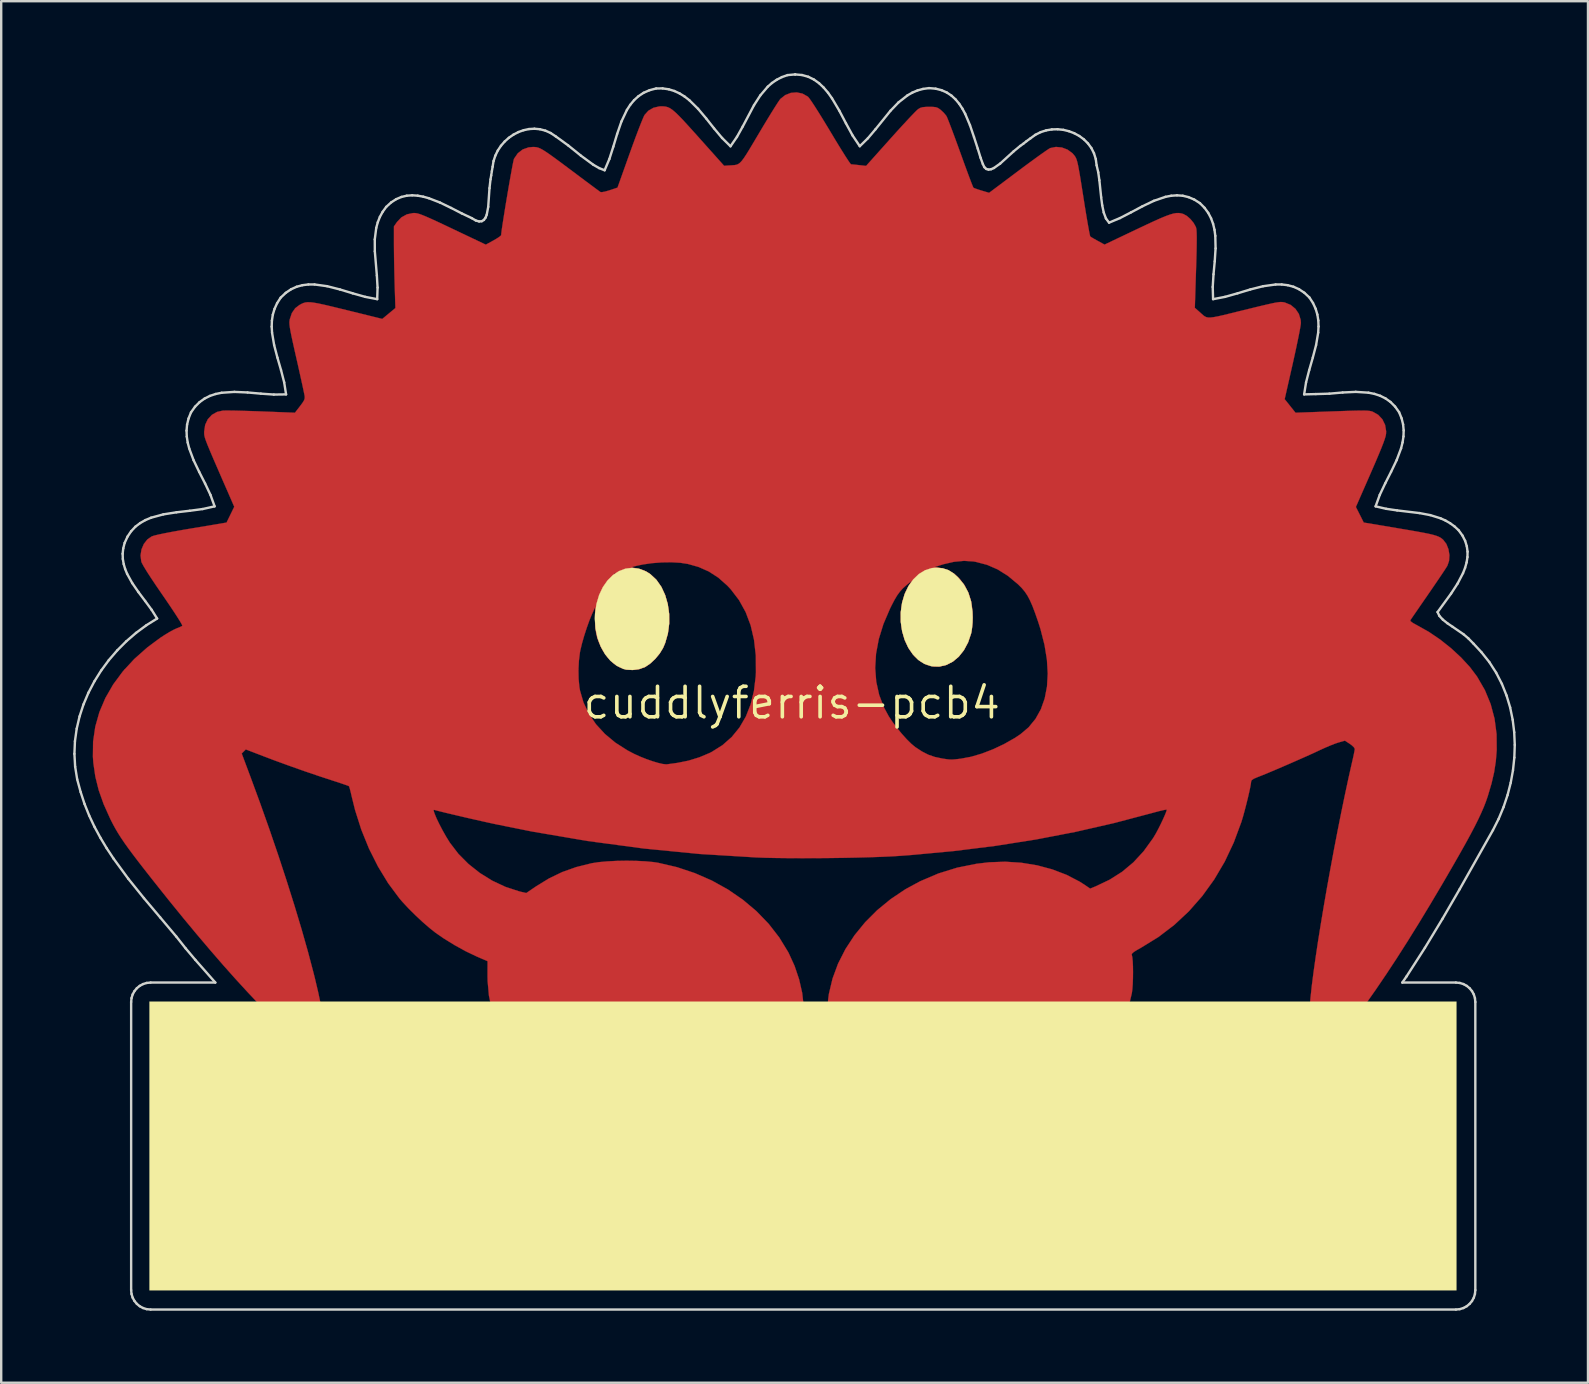
<source format=kicad_pcb>
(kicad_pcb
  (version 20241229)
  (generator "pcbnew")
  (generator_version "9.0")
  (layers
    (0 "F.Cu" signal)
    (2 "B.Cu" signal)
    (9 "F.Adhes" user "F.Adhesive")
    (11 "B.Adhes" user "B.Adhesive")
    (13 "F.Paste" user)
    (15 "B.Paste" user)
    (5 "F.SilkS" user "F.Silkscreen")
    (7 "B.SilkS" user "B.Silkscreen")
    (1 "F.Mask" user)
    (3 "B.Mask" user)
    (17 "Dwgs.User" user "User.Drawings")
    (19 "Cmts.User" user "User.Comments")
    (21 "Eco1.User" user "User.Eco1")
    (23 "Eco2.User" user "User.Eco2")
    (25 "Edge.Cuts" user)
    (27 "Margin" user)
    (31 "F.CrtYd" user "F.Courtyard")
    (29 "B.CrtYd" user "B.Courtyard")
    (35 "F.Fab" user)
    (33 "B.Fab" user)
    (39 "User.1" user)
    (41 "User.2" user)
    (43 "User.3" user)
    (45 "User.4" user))
  (footprint "cuddlyferris-pcb4"
    (layer "F.Cu")
    (at 29.933 26.229)
    (property "Reference" "cuddlyferris-pcb4" (at 0 0 0) (layer "F.SilkS") (effects (font (size 1.27 1.27) (thickness 0.15))))
    (attr through_hole)
    (fp_poly (pts (xy 0.445 -25.38) (xy 0.662 -25.258) (xy 0.678 -25.245) (xy 0.731 -25.182) (xy 0.822 -25.054) (xy 0.944 -24.869) (xy 1.093 -24.635) (xy 1.264 -24.361) (xy 1.451 -24.054) (xy 1.613 -23.786) (xy 1.796 -23.48) (xy 1.968 -23.198) (xy 2.122 -22.949) (xy 2.254 -22.74) (xy 2.359 -22.579) (xy 2.432 -22.475) (xy 2.467 -22.435) (xy 2.468 -22.434) (xy 2.534 -22.429) (xy 2.657 -22.417) (xy 2.807 -22.4) (xy 3.095 -22.368) (xy 4.107 -23.499) (xy 4.346 -23.765) (xy 4.573 -24.014) (xy 4.781 -24.239) (xy 4.961 -24.431) (xy 5.106 -24.582) (xy 5.209 -24.685) (xy 5.259 -24.729) (xy 5.347 -24.783) (xy 5.446 -24.813) (xy 5.58 -24.826) (xy 5.722 -24.828) (xy 5.892 -24.826) (xy 6.006 -24.812) (xy 6.092 -24.78) (xy 6.177 -24.722) (xy 6.208 -24.697) (xy 6.324 -24.589) (xy 6.422 -24.474) (xy 6.447 -24.437) (xy 6.478 -24.368) (xy 6.534 -24.229) (xy 6.611 -24.03) (xy 6.705 -23.782) (xy 6.811 -23.495) (xy 6.927 -23.178) (xy 7.028 -22.899) (xy 7.146 -22.571) (xy 7.256 -22.269) (xy 7.355 -22.001) (xy 7.439 -21.777) (xy 7.505 -21.606) (xy 7.549 -21.498) (xy 7.566 -21.461) (xy 7.62 -21.435) (xy 7.733 -21.395) (xy 7.882 -21.347) (xy 7.909 -21.339) (xy 8.22 -21.247) (xy 9.433 -22.156) (xy 9.718 -22.369) (xy 9.986 -22.566) (xy 10.228 -22.742) (xy 10.436 -22.891) (xy 10.601 -23.006) (xy 10.715 -23.082) (xy 10.766 -23.111) (xy 11.005 -23.159) (xy 11.253 -23.135) (xy 11.489 -23.045) (xy 11.691 -22.897) (xy 11.783 -22.788) (xy 11.815 -22.739) (xy 11.843 -22.684) (xy 11.87 -22.613) (xy 11.897 -22.518) (xy 11.926 -22.39) (xy 11.958 -22.22) (xy 11.997 -22.001) (xy 12.043 -21.721) (xy 12.098 -21.374) (xy 12.151 -21.04) (xy 12.207 -20.684) (xy 12.261 -20.355) (xy 12.31 -20.061) (xy 12.354 -19.812) (xy 12.39 -19.618) (xy 12.416 -19.488) (xy 12.432 -19.431) (xy 12.433 -19.429) (xy 12.485 -19.394) (xy 12.59 -19.332) (xy 12.727 -19.255) (xy 12.748 -19.243) (xy 13.029 -19.09) (xy 14.378 -19.732) (xy 14.773 -19.919) (xy 15.101 -20.071) (xy 15.369 -20.191) (xy 15.588 -20.281) (xy 15.765 -20.345) (xy 15.908 -20.385) (xy 16.027 -20.404) (xy 16.129 -20.405) (xy 16.223 -20.39) (xy 16.311 -20.365) (xy 16.457 -20.285) (xy 16.608 -20.152) (xy 16.74 -19.991) (xy 16.83 -19.829) (xy 16.845 -19.785) (xy 16.858 -19.707) (xy 16.865 -19.575) (xy 16.869 -19.383) (xy 16.867 -19.126) (xy 16.862 -18.799) (xy 16.851 -18.397) (xy 16.84 -18.039) (xy 16.79 -16.457) (xy 16.978 -16.291) (xy 17.064 -16.213) (xy 17.134 -16.15) (xy 17.198 -16.102) (xy 17.265 -16.069) (xy 17.345 -16.052) (xy 17.445 -16.052) (xy 17.577 -16.068) (xy 17.748 -16.1) (xy 17.969 -16.15) (xy 18.248 -16.218) (xy 18.595 -16.304) (xy 18.837 -16.363) (xy 19.228 -16.459) (xy 19.545 -16.536) (xy 19.798 -16.595) (xy 19.997 -16.64) (xy 20.149 -16.671) (xy 20.265 -16.689) (xy 20.352 -16.698) (xy 20.421 -16.697) (xy 20.481 -16.69) (xy 20.539 -16.678) (xy 20.54 -16.677) (xy 20.782 -16.578) (xy 20.98 -16.415) (xy 21.123 -16.203) (xy 21.198 -15.956) (xy 21.208 -15.833) (xy 21.199 -15.748) (xy 21.173 -15.591) (xy 21.132 -15.373) (xy 21.078 -15.106) (xy 21.014 -14.799) (xy 20.941 -14.463) (xy 20.871 -14.147) (xy 20.532 -12.652) (xy 20.758 -12.369) (xy 20.984 -12.086) (xy 22.504 -12.141) (xy 22.908 -12.155) (xy 23.236 -12.166) (xy 23.498 -12.173) (xy 23.703 -12.176) (xy 23.859 -12.175) (xy 23.977 -12.171) (xy 24.065 -12.162) (xy 24.131 -12.15) (xy 24.187 -12.133) (xy 24.201 -12.128) (xy 24.429 -11.998) (xy 24.603 -11.811) (xy 24.716 -11.579) (xy 24.759 -11.316) (xy 24.755 -11.209) (xy 24.74 -11.122) (xy 24.704 -11) (xy 24.646 -10.834) (xy 24.562 -10.619) (xy 24.45 -10.347) (xy 24.308 -10.013) (xy 24.133 -9.61) (xy 24.117 -9.573) (xy 23.498 -8.161) (xy 23.662 -7.837) (xy 23.825 -7.512) (xy 25.3 -7.264) (xy 25.716 -7.194) (xy 26.058 -7.134) (xy 26.333 -7.083) (xy 26.551 -7.039) (xy 26.721 -6.998) (xy 26.851 -6.959) (xy 26.95 -6.92) (xy 27.028 -6.879) (xy 27.092 -6.832) (xy 27.129 -6.8) (xy 27.266 -6.624) (xy 27.355 -6.4) (xy 27.395 -6.155) (xy 27.379 -5.913) (xy 27.31 -5.712) (xy 27.265 -5.64) (xy 27.18 -5.508) (xy 27.059 -5.327) (xy 26.911 -5.108) (xy 26.742 -4.86) (xy 26.559 -4.593) (xy 26.514 -4.528) (xy 26.332 -4.264) (xy 26.165 -4.022) (xy 26.019 -3.81) (xy 25.9 -3.638) (xy 25.816 -3.514) (xy 25.771 -3.448) (xy 25.767 -3.441) (xy 25.783 -3.396) (xy 25.876 -3.327) (xy 26.046 -3.233) (xy 26.069 -3.221) (xy 26.543 -2.954) (xy 27.014 -2.634) (xy 27.465 -2.275) (xy 27.881 -1.89) (xy 28.246 -1.494) (xy 28.544 -1.099) (xy 28.552 -1.086) (xy 28.873 -0.53) (xy 29.113 0.051) (xy 29.275 0.659) (xy 29.359 1.297) (xy 29.365 1.968) (xy 29.328 2.432) (xy 29.258 2.887) (xy 29.149 3.358) (xy 28.997 3.872) (xy 28.99 3.895) (xy 28.916 4.109) (xy 28.829 4.334) (xy 28.724 4.576) (xy 28.6 4.842) (xy 28.452 5.139) (xy 28.277 5.472) (xy 28.072 5.848) (xy 27.833 6.274) (xy 27.558 6.755) (xy 27.242 7.3) (xy 27.085 7.569) (xy 26.595 8.395) (xy 26.116 9.186) (xy 25.648 9.938) (xy 25.195 10.648) (xy 24.758 11.312) (xy 24.341 11.927) (xy 23.945 12.491) (xy 23.573 12.999) (xy 23.227 13.449) (xy 22.909 13.836) (xy 22.621 14.159) (xy 22.367 14.414) (xy 22.147 14.597) (xy 22.096 14.632) (xy 21.945 14.71) (xy 21.818 14.727) (xy 21.714 14.679) (xy 21.633 14.566) (xy 21.574 14.384) (xy 21.538 14.132) (xy 21.522 13.807) (xy 21.528 13.407) (xy 21.554 12.929) (xy 21.6 12.373) (xy 21.616 12.213) (xy 21.668 11.736) (xy 21.739 11.186) (xy 21.826 10.573) (xy 21.926 9.907) (xy 22.04 9.197) (xy 22.164 8.455) (xy 22.297 7.688) (xy 22.438 6.908) (xy 22.584 6.123) (xy 22.734 5.343) (xy 22.886 4.58) (xy 23.039 3.841) (xy 23.19 3.137) (xy 23.338 2.478) (xy 23.371 2.337) (xy 23.408 2.167) (xy 23.437 2.023) (xy 23.451 1.929) (xy 23.452 1.914) (xy 23.418 1.853) (xy 23.332 1.77) (xy 23.247 1.708) (xy 23.042 1.574) (xy 22.771 1.651) (xy 22.63 1.698) (xy 22.437 1.774) (xy 22.216 1.868) (xy 21.99 1.971) (xy 21.95 1.99) (xy 21.73 2.093) (xy 21.455 2.217) (xy 21.142 2.356) (xy 20.808 2.503) (xy 20.469 2.65) (xy 20.142 2.79) (xy 19.843 2.916) (xy 19.588 3.02) (xy 19.399 3.095) (xy 19.244 3.161) (xy 19.16 3.219) (xy 19.135 3.275) (xy 19.135 3.275) (xy 19.124 3.371) (xy 19.094 3.532) (xy 19.049 3.741) (xy 18.993 3.983) (xy 18.929 4.239) (xy 18.863 4.494) (xy 18.798 4.731) (xy 18.737 4.934) (xy 18.728 4.962) (xy 18.413 5.812) (xy 18.036 6.612) (xy 17.597 7.357) (xy 17.099 8.047) (xy 16.545 8.678) (xy 15.936 9.247) (xy 15.275 9.752) (xy 14.571 10.186) (xy 14.377 10.296) (xy 14.25 10.376) (xy 14.181 10.435) (xy 14.16 10.478) (xy 14.163 10.494) (xy 14.185 10.596) (xy 14.202 10.763) (xy 14.212 10.978) (xy 14.215 11.221) (xy 14.212 11.474) (xy 14.203 11.717) (xy 14.187 11.933) (xy 14.166 12.092) (xy 14.009 12.75) (xy 13.774 13.386) (xy 13.464 13.995) (xy 13.086 14.572) (xy 12.642 15.114) (xy 12.137 15.617) (xy 11.577 16.075) (xy 10.965 16.484) (xy 10.305 16.84) (xy 9.603 17.139) (xy 8.862 17.376) (xy 8.792 17.395) (xy 8.434 17.473) (xy 8.026 17.536) (xy 7.59 17.583) (xy 7.149 17.613) (xy 6.727 17.623) (xy 6.346 17.612) (xy 6.105 17.589) (xy 5.96 17.567) (xy 5.787 17.538) (xy 5.607 17.505) (xy 5.439 17.472) (xy 5.305 17.443) (xy 5.224 17.422) (xy 5.211 17.416) (xy 5.234 17.382) (xy 5.307 17.298) (xy 5.423 17.171) (xy 5.573 17.013) (xy 5.748 16.832) (xy 5.783 16.796) (xy 6.277 16.274) (xy 6.749 15.74) (xy 7.218 15.17) (xy 7.692 14.56) (xy 7.882 14.306) (xy 8.066 14.055) (xy 8.236 13.816) (xy 8.387 13.6) (xy 8.512 13.414) (xy 8.605 13.27) (xy 8.659 13.176) (xy 8.669 13.142) (xy 8.623 13.141) (xy 8.509 13.151) (xy 8.341 13.169) (xy 8.136 13.194) (xy 8.041 13.206) (xy 7.498 13.273) (xy 6.901 13.337) (xy 6.265 13.397) (xy 5.605 13.453) (xy 4.938 13.504) (xy 4.277 13.547) (xy 3.64 13.583) (xy 3.041 13.609) (xy 2.495 13.626) (xy 2.048 13.631) (xy 1.535 13.631) (xy 1.508 13.499) (xy 1.49 13.342) (xy 1.482 13.124) (xy 1.484 12.871) (xy 1.496 12.605) (xy 1.516 12.351) (xy 1.544 12.133) (xy 1.546 12.123) (xy 1.698 11.484) (xy 1.929 10.86) (xy 2.235 10.258) (xy 2.612 9.683) (xy 3.054 9.141) (xy 3.558 8.636) (xy 4.119 8.176) (xy 4.731 7.765) (xy 5.35 7.43) (xy 6.108 7.107) (xy 6.889 6.865) (xy 7.697 6.703) (xy 8.219 6.641) (xy 8.89 6.617) (xy 9.56 6.66) (xy 10.218 6.767) (xy 10.849 6.936) (xy 11.444 7.163) (xy 11.988 7.445) (xy 12.195 7.577) (xy 12.43 7.737) (xy 12.66 7.643) (xy 13.241 7.366) (xy 13.763 7.035) (xy 14.232 6.642) (xy 14.655 6.184) (xy 15.039 5.653) (xy 15.091 5.57) (xy 15.175 5.427) (xy 15.269 5.249) (xy 15.367 5.055) (xy 15.459 4.861) (xy 15.537 4.686) (xy 15.594 4.546) (xy 15.62 4.46) (xy 15.621 4.451) (xy 15.583 4.449) (xy 15.478 4.468) (xy 15.32 4.505) (xy 15.125 4.556) (xy 15.039 4.58) (xy 13.431 5.005) (xy 11.812 5.375) (xy 10.171 5.691) (xy 8.496 5.955) (xy 6.776 6.17) (xy 4.999 6.336) (xy 4.508 6.373) (xy 4.15 6.395) (xy 3.72 6.414) (xy 3.232 6.431) (xy 2.701 6.445) (xy 2.14 6.456) (xy 1.562 6.464) (xy 0.982 6.469) (xy 0.412 6.47) (xy -0.133 6.468) (xy -0.64 6.462) (xy -1.096 6.453) (xy -1.482 6.439) (xy -3.835 6.295) (xy -6.176 6.066) (xy -8.506 5.754) (xy -10.827 5.358) (xy -12.34 5.053) (xy -12.599 4.997) (xy -12.892 4.932) (xy -13.206 4.861) (xy -13.527 4.788) (xy -13.843 4.714) (xy -14.14 4.644) (xy -14.405 4.581) (xy -14.625 4.527) (xy -14.787 4.486) (xy -14.869 4.463) (xy -14.912 4.456) (xy -14.92 4.486) (xy -14.895 4.572) (xy -14.884 4.602) (xy -14.804 4.8) (xy -14.687 5.043) (xy -14.548 5.309) (xy -14.399 5.573) (xy -14.251 5.812) (xy -14.238 5.832) (xy -13.886 6.291) (xy -13.467 6.712) (xy -12.993 7.087) (xy -12.477 7.407) (xy -11.93 7.664) (xy -11.366 7.849) (xy -11.278 7.871) (xy -11.062 7.922) (xy -10.652 7.644) (xy -10.113 7.313) (xy -9.563 7.048) (xy -8.981 6.841) (xy -8.347 6.683) (xy -8.328 6.679) (xy -8.04 6.635) (xy -7.689 6.603) (xy -7.297 6.583) (xy -6.887 6.576) (xy -6.479 6.582) (xy -6.095 6.601) (xy -5.757 6.633) (xy -5.567 6.662) (xy -4.787 6.843) (xy -4.039 7.092) (xy -3.328 7.403) (xy -2.659 7.774) (xy -2.039 8.2) (xy -1.472 8.677) (xy -0.965 9.202) (xy -0.523 9.771) (xy -0.151 10.379) (xy -0.13 10.419) (xy 0.117 10.959) (xy 0.305 11.517) (xy 0.433 12.078) (xy 0.495 12.625) (xy 0.488 13.14) (xy 0.459 13.488) (xy 0.071 13.475) (xy -0.657 13.447) (xy -1.403 13.413) (xy -2.153 13.373) (xy -2.896 13.328) (xy -3.619 13.28) (xy -4.311 13.228) (xy -4.96 13.174) (xy -5.554 13.119) (xy -6.08 13.063) (xy -6.285 13.038) (xy -6.451 13.018) (xy -6.587 13.004) (xy -6.668 12.997) (xy -6.677 12.996) (xy -6.684 13.024) (xy -6.647 13.109) (xy -6.567 13.252) (xy -6.442 13.457) (xy -6.27 13.726) (xy -6.051 14.06) (xy -5.955 14.203) (xy -5.208 15.258) (xy -4.416 16.249) (xy -3.759 16.988) (xy -3.611 17.15) (xy -3.488 17.289) (xy -3.4 17.395) (xy -3.356 17.455) (xy -3.354 17.465) (xy -3.413 17.49) (xy -3.54 17.523) (xy -3.716 17.56) (xy -3.925 17.598) (xy -4.149 17.635) (xy -4.372 17.667) (xy -4.576 17.69) (xy -4.621 17.694) (xy -4.959 17.72) (xy -5.253 17.729) (xy -5.542 17.724) (xy -5.865 17.703) (xy -5.971 17.694) (xy -6.761 17.581) (xy -7.544 17.388) (xy -8.311 17.116) (xy -9.054 16.769) (xy -9.763 16.351) (xy -9.857 16.288) (xy -10.139 16.079) (xy -10.446 15.821) (xy -10.759 15.531) (xy -11.062 15.227) (xy -11.337 14.924) (xy -11.568 14.641) (xy -11.67 14.499) (xy -12.022 13.924) (xy -12.295 13.357) (xy -12.491 12.786) (xy -12.615 12.201) (xy -12.67 11.592) (xy -12.674 11.381) (xy -12.673 10.761) (xy -13.121 10.567) (xy -13.576 10.35) (xy -14.05 10.089) (xy -14.508 9.806) (xy -14.849 9.569) (xy -15.104 9.366) (xy -15.39 9.117) (xy -15.685 8.841) (xy -15.968 8.559) (xy -16.218 8.291) (xy -16.347 8.14) (xy -16.815 7.51) (xy -17.238 6.815) (xy -17.613 6.069) (xy -17.932 5.282) (xy -18.192 4.465) (xy -18.333 3.895) (xy -18.373 3.72) (xy -18.41 3.578) (xy -18.438 3.489) (xy -18.449 3.468) (xy -18.498 3.448) (xy -18.613 3.407) (xy -18.779 3.35) (xy -18.983 3.283) (xy -19.113 3.241) (xy -19.69 3.052) (xy -20.313 2.84) (xy -20.95 2.614) (xy -21.57 2.388) (xy -22.012 2.22) (xy -22.744 1.939) (xy -22.829 2.024) (xy -22.914 2.11) (xy -22.549 3.085) (xy -22.146 4.181) (xy -21.758 5.275) (xy -21.388 6.358) (xy -21.04 7.419) (xy -20.716 8.448) (xy -20.419 9.435) (xy -20.154 10.37) (xy -19.924 11.242) (xy -19.871 11.451) (xy -19.725 12.071) (xy -19.608 12.627) (xy -19.522 13.118) (xy -19.466 13.542) (xy -19.441 13.896) (xy -19.446 14.178) (xy -19.482 14.388) (xy -19.549 14.521) (xy -19.598 14.561) (xy -19.719 14.579) (xy -19.888 14.531) (xy -20.102 14.419) (xy -20.359 14.246) (xy -20.657 14.013) (xy -20.993 13.724) (xy -21.365 13.38) (xy -21.77 12.984) (xy -22.207 12.539) (xy -22.673 12.045) (xy -23.166 11.507) (xy -23.684 10.926) (xy -24.223 10.304) (xy -24.783 9.644) (xy -25.36 8.949) (xy -25.952 8.22) (xy -26.296 7.789) (xy -26.652 7.34) (xy -26.96 6.948) (xy -27.224 6.608) (xy -27.449 6.312) (xy -27.641 6.053) (xy -27.804 5.824) (xy -27.944 5.617) (xy -28.065 5.426) (xy -28.173 5.244) (xy -28.272 5.063) (xy -28.368 4.876) (xy -28.394 4.822) (xy -28.666 4.217) (xy -28.87 3.641) (xy -29.011 3.076) (xy -29.094 2.507) (xy -29.113 2.244) (xy -29.105 1.612) (xy -29.014 0.991) (xy -28.843 0.385) (xy -28.593 -0.203) (xy -28.266 -0.77) (xy -27.864 -1.313) (xy -27.807 -1.375) (xy -8.887 -1.375) (xy -8.88 -1) (xy -8.848 -0.66) (xy -8.823 -0.517) (xy -8.678 -0.019) (xy -8.455 0.451) (xy -8.157 0.89) (xy -7.787 1.293) (xy -7.348 1.658) (xy -6.842 1.981) (xy -6.567 2.125) (xy -6.321 2.237) (xy -6.062 2.34) (xy -5.807 2.43) (xy -5.573 2.5) (xy -5.376 2.546) (xy -5.234 2.561) (xy -5.207 2.56) (xy -5.088 2.544) (xy -4.922 2.522) (xy -4.759 2.499) (xy -4.307 2.408) (xy -3.848 2.267) (xy -3.421 2.087) (xy -3.329 2.04) (xy -2.886 1.761) (xy -2.501 1.422) (xy -2.177 1.024) (xy -1.914 0.571) (xy -1.714 0.063) (xy -1.576 -0.498) (xy -1.502 -1.109) (xy -1.494 -1.271) (xy -1.495 -1.455) (xy 3.474 -1.455) (xy 3.518 -0.882) (xy 3.64 -0.332) (xy 3.841 0.193) (xy 4.039 0.559) (xy 4.195 0.794) (xy 4.382 1.044) (xy 4.585 1.291) (xy 4.789 1.517) (xy 4.98 1.706) (xy 5.141 1.84) (xy 5.426 2.026) (xy 5.688 2.16) (xy 5.957 2.253) (xy 6.265 2.318) (xy 6.329 2.328) (xy 6.471 2.349) (xy 6.577 2.36) (xy 6.675 2.362) (xy 6.791 2.354) (xy 6.951 2.336) (xy 7.048 2.324) (xy 7.465 2.246) (xy 7.918 2.113) (xy 8.385 1.933) (xy 8.848 1.714) (xy 9.285 1.466) (xy 9.519 1.311) (xy 9.868 1.016) (xy 10.154 0.666) (xy 10.377 0.265) (xy 10.536 -0.185) (xy 10.632 -0.681) (xy 10.662 -1.22) (xy 10.628 -1.799) (xy 10.528 -2.415) (xy 10.362 -3.066) (xy 10.263 -3.378) (xy 10.137 -3.74) (xy 10.026 -4.034) (xy 9.921 -4.272) (xy 9.818 -4.467) (xy 9.707 -4.633) (xy 9.582 -4.782) (xy 9.437 -4.928) (xy 9.423 -4.941) (xy 9.006 -5.289) (xy 8.58 -5.557) (xy 8.136 -5.75) (xy 7.665 -5.874) (xy 7.561 -5.892) (xy 7.174 -5.916) (xy 6.753 -5.876) (xy 6.314 -5.774) (xy 6.244 -5.752) (xy 5.948 -5.657) (xy 6.168 -5.627) (xy 6.473 -5.545) (xy 6.753 -5.387) (xy 7.002 -5.161) (xy 7.212 -4.875) (xy 7.376 -4.536) (xy 7.471 -4.226) (xy 7.51 -3.983) (xy 7.53 -3.697) (xy 7.53 -3.398) (xy 7.509 -3.119) (xy 7.471 -2.898) (xy 7.344 -2.522) (xy 7.172 -2.2) (xy 6.964 -1.935) (xy 6.726 -1.731) (xy 6.467 -1.591) (xy 6.194 -1.517) (xy 5.913 -1.513) (xy 5.633 -1.581) (xy 5.361 -1.725) (xy 5.105 -1.947) (xy 5.104 -1.949) (xy 4.881 -2.247) (xy 4.712 -2.595) (xy 4.599 -2.981) (xy 4.542 -3.387) (xy 4.544 -3.801) (xy 4.604 -4.208) (xy 4.724 -4.591) (xy 4.872 -4.884) (xy 4.998 -5.09) (xy 4.779 -4.906) (xy 4.632 -4.775) (xy 4.508 -4.639) (xy 4.393 -4.482) (xy 4.276 -4.286) (xy 4.145 -4.034) (xy 4.089 -3.919) (xy 3.817 -3.283) (xy 3.624 -2.659) (xy 3.51 -2.048) (xy 3.474 -1.455) (xy -1.495 -1.455) (xy -1.499 -1.975) (xy -1.573 -2.627) (xy -1.713 -3.229) (xy -1.921 -3.78) (xy -2.197 -4.28) (xy -2.541 -4.73) (xy -2.688 -4.887) (xy -3.061 -5.217) (xy -3.455 -5.472) (xy -3.887 -5.663) (xy -4.332 -5.788) (xy -4.646 -5.836) (xy -5.015 -5.857) (xy -5.415 -5.851) (xy -5.821 -5.82) (xy -6.207 -5.764) (xy -6.244 -5.756) (xy -6.429 -5.718) (xy -6.571 -5.684) (xy -6.655 -5.658) (xy -6.671 -5.644) (xy -6.668 -5.643) (xy -6.413 -5.595) (xy -6.216 -5.539) (xy -6.052 -5.464) (xy -5.913 -5.375) (xy -5.655 -5.14) (xy -5.444 -4.845) (xy -5.281 -4.502) (xy -5.169 -4.124) (xy -5.11 -3.723) (xy -5.106 -3.311) (xy -5.159 -2.9) (xy -5.272 -2.503) (xy -5.364 -2.286) (xy -5.505 -2.056) (xy -5.693 -1.829) (xy -5.905 -1.631) (xy -6.117 -1.489) (xy -6.117 -1.489) (xy -6.365 -1.401) (xy -6.645 -1.37) (xy -6.925 -1.396) (xy -7.168 -1.477) (xy -7.436 -1.652) (xy -7.678 -1.899) (xy -7.887 -2.204) (xy -8.052 -2.555) (xy -8.112 -2.731) (xy -8.154 -2.919) (xy -8.18 -3.15) (xy -8.189 -3.444) (xy -8.19 -3.487) (xy -8.191 -3.989) (xy -8.313 -3.72) (xy -8.425 -3.449) (xy -8.538 -3.135) (xy -8.646 -2.803) (xy -8.738 -2.482) (xy -8.806 -2.199) (xy -8.825 -2.101) (xy -8.868 -1.752) (xy -8.887 -1.375) (xy -27.807 -1.375) (xy -27.389 -1.828) (xy -26.842 -2.313) (xy -26.304 -2.712) (xy -26.111 -2.837) (xy -25.921 -2.952) (xy -25.756 -3.042) (xy -25.642 -3.095) (xy -25.514 -3.146) (xy -25.419 -3.191) (xy -25.389 -3.211) (xy -25.403 -3.255) (xy -25.462 -3.361) (xy -25.562 -3.523) (xy -25.699 -3.736) (xy -25.87 -3.993) (xy -26.069 -4.287) (xy -26.2 -4.477) (xy -26.473 -4.875) (xy -26.697 -5.211) (xy -26.818 -5.397) (xy -7.408 -5.397) (xy -7.387 -5.376) (xy -7.366 -5.397) (xy -7.387 -5.419) (xy -7.408 -5.397) (xy -26.818 -5.397) (xy -26.873 -5.483) (xy -26.999 -5.691) (xy -27.076 -5.833) (xy -27.098 -5.891) (xy -27.128 -6.141) (xy -27.09 -6.389) (xy -26.993 -6.617) (xy -26.846 -6.806) (xy -26.664 -6.933) (xy -26.56 -6.968) (xy -26.374 -7.013) (xy -26.109 -7.068) (xy -25.769 -7.133) (xy -25.355 -7.207) (xy -25.013 -7.265) (xy -23.546 -7.511) (xy -23.385 -7.84) (xy -23.225 -8.169) (xy -23.534 -8.879) (xy -23.737 -9.343) (xy -23.908 -9.737) (xy -24.051 -10.066) (xy -24.168 -10.338) (xy -24.261 -10.559) (xy -24.334 -10.735) (xy -24.388 -10.874) (xy -24.427 -10.981) (xy -24.453 -11.065) (xy -24.468 -11.13) (xy -24.476 -11.185) (xy -24.478 -11.235) (xy -24.477 -11.287) (xy -24.477 -11.311) (xy -24.436 -11.582) (xy -24.327 -11.814) (xy -24.158 -11.997) (xy -23.939 -12.121) (xy -23.701 -12.174) (xy -23.603 -12.177) (xy -23.433 -12.177) (xy -23.203 -12.174) (xy -22.925 -12.167) (xy -22.61 -12.158) (xy -22.272 -12.147) (xy -22.085 -12.14) (xy -20.697 -12.086) (xy -20.484 -12.361) (xy -20.377 -12.506) (xy -20.315 -12.608) (xy -20.29 -12.689) (xy -20.291 -12.771) (xy -20.293 -12.785) (xy -20.307 -12.86) (xy -20.338 -13.008) (xy -20.382 -13.217) (xy -20.439 -13.475) (xy -20.505 -13.773) (xy -20.578 -14.1) (xy -20.635 -14.351) (xy -20.722 -14.735) (xy -20.791 -15.046) (xy -20.844 -15.293) (xy -20.882 -15.486) (xy -20.908 -15.634) (xy -20.922 -15.746) (xy -20.927 -15.832) (xy -20.924 -15.902) (xy -20.915 -15.964) (xy -20.912 -15.978) (xy -20.825 -16.24) (xy -20.686 -16.44) (xy -20.517 -16.569) (xy -20.431 -16.617) (xy -20.35 -16.654) (xy -20.267 -16.679) (xy -20.172 -16.69) (xy -20.056 -16.688) (xy -19.91 -16.671) (xy -19.725 -16.638) (xy -19.491 -16.588) (xy -19.2 -16.52) (xy -18.843 -16.433) (xy -18.543 -16.36) (xy -17.058 -15.994) (xy -16.785 -16.22) (xy -16.512 -16.447) (xy -16.543 -17.441) (xy -16.552 -17.779) (xy -16.56 -18.14) (xy -16.567 -18.497) (xy -16.571 -18.827) (xy -16.573 -19.102) (xy -16.573 -19.142) (xy -16.573 -19.847) (xy -16.446 -20.031) (xy -16.263 -20.223) (xy -16.034 -20.35) (xy -15.774 -20.404) (xy -15.73 -20.405) (xy -15.666 -20.401) (xy -15.593 -20.388) (xy -15.502 -20.362) (xy -15.385 -20.319) (xy -15.234 -20.257) (xy -15.04 -20.171) (xy -14.794 -20.059) (xy -14.49 -19.916) (xy -14.132 -19.746) (xy -12.746 -19.088) (xy -12.427 -19.263) (xy -12.282 -19.347) (xy -12.172 -19.421) (xy -12.113 -19.472) (xy -12.107 -19.483) (xy -12.1 -19.564) (xy -12.081 -19.713) (xy -12.05 -19.921) (xy -12.011 -20.174) (xy -11.965 -20.461) (xy -11.915 -20.771) (xy -11.861 -21.091) (xy -11.807 -21.411) (xy -11.754 -21.718) (xy -11.703 -22.002) (xy -11.658 -22.25) (xy -11.62 -22.45) (xy -11.59 -22.592) (xy -11.572 -22.663) (xy -11.57 -22.667) (xy -11.413 -22.895) (xy -11.208 -23.054) (xy -10.963 -23.14) (xy -10.786 -23.156) (xy -10.708 -23.154) (xy -10.635 -23.146) (xy -10.56 -23.127) (xy -10.475 -23.092) (xy -10.373 -23.037) (xy -10.246 -22.957) (xy -10.086 -22.848) (xy -9.886 -22.704) (xy -9.638 -22.522) (xy -9.335 -22.295) (xy -9.122 -22.136) (xy -8.854 -21.935) (xy -8.606 -21.749) (xy -8.387 -21.586) (xy -8.205 -21.451) (xy -8.069 -21.351) (xy -7.988 -21.291) (xy -7.968 -21.278) (xy -7.905 -21.275) (xy -7.785 -21.297) (xy -7.631 -21.34) (xy -7.587 -21.354) (xy -7.26 -21.463) (xy -6.752 -22.888) (xy -6.63 -23.226) (xy -6.513 -23.545) (xy -6.403 -23.836) (xy -6.306 -24.086) (xy -6.225 -24.287) (xy -6.165 -24.427) (xy -6.133 -24.49) (xy -5.974 -24.667) (xy -5.763 -24.789) (xy -5.52 -24.847) (xy -5.448 -24.85) (xy -5.344 -24.848) (xy -5.251 -24.837) (xy -5.162 -24.813) (xy -5.071 -24.77) (xy -4.97 -24.701) (xy -4.852 -24.601) (xy -4.711 -24.465) (xy -4.539 -24.287) (xy -4.331 -24.06) (xy -4.078 -23.78) (xy -3.866 -23.544) (xy -2.819 -22.373) (xy -2.605 -22.387) (xy -2.486 -22.394) (xy -2.389 -22.401) (xy -2.306 -22.416) (xy -2.232 -22.445) (xy -2.16 -22.497) (xy -2.084 -22.576) (xy -1.997 -22.692) (xy -1.893 -22.849) (xy -1.765 -23.056) (xy -1.608 -23.319) (xy -1.414 -23.646) (xy -1.353 -23.749) (xy -1.171 -24.054) (xy -0.997 -24.341) (xy -0.839 -24.599) (xy -0.701 -24.819) (xy -0.59 -24.993) (xy -0.51 -25.111) (xy -0.473 -25.16) (xy -0.271 -25.319) (xy -0.039 -25.41) (xy 0.206 -25.43) (xy 0.445 -25.38)) (stroke (width 0.01) (type solid)) (fill yes) (layer "F.Cu"))
    (fp_poly (pts (xy -19.897 8.472) (xy -19.816 8.545) (xy -19.695 8.664) (xy -19.54 8.823) (xy -19.359 9.012) (xy -19.211 9.17) (xy -18.959 9.441) (xy -18.755 9.659) (xy -18.591 9.831) (xy -18.457 9.967) (xy -18.344 10.074) (xy -18.245 10.162) (xy -18.149 10.238) (xy -18.047 10.312) (xy -17.932 10.392) (xy -17.928 10.394) (xy -17.583 10.606) (xy -17.259 10.753) (xy -16.989 10.835) (xy -16.807 10.859) (xy -16.654 10.835) (xy -16.524 10.754) (xy -16.409 10.61) (xy -16.302 10.397) (xy -16.198 10.107) (xy -16.177 10.042) (xy -16.11 9.843) (xy -16.048 9.719) (xy -15.977 9.667) (xy -15.884 9.684) (xy -15.754 9.765) (xy -15.597 9.89) (xy -15.335 10.093) (xy -15.02 10.315) (xy -14.674 10.541) (xy -14.322 10.757) (xy -13.988 10.946) (xy -13.873 11.007) (xy -13.421 11.239) (xy -13.42 11.462) (xy -13.42 11.684) (xy -19.075 11.684) (xy -19.195 11.187) (xy -19.241 11.005) (xy -19.306 10.761) (xy -19.384 10.471) (xy -19.471 10.153) (xy -19.563 9.825) (xy -19.629 9.593) (xy -19.711 9.301) (xy -19.784 9.035) (xy -19.846 8.807) (xy -19.892 8.627) (xy -19.92 8.505) (xy -19.928 8.455) (xy -19.928 8.454) (xy -19.897 8.472)) (stroke (width 0.01) (type solid)) (fill yes) (layer "F.Mask"))
    (fp_poly (pts (xy 17.76 8.48) (xy 17.743 8.59) (xy 17.713 8.745) (xy 17.69 8.851) (xy 17.64 9.129) (xy 17.609 9.424) (xy 17.597 9.714) (xy 17.604 9.975) (xy 17.632 10.185) (xy 17.645 10.236) (xy 17.746 10.451) (xy 17.903 10.634) (xy 18.096 10.774) (xy 18.309 10.856) (xy 18.522 10.87) (xy 18.531 10.869) (xy 18.764 10.819) (xy 19 10.732) (xy 19.248 10.604) (xy 19.515 10.428) (xy 19.808 10.2) (xy 20.135 9.915) (xy 20.502 9.568) (xy 20.585 9.488) (xy 20.791 9.286) (xy 20.977 9.107) (xy 21.135 8.958) (xy 21.255 8.847) (xy 21.33 8.781) (xy 21.351 8.767) (xy 21.349 8.811) (xy 21.334 8.93) (xy 21.31 9.112) (xy 21.277 9.35) (xy 21.236 9.632) (xy 21.189 9.949) (xy 21.147 10.223) (xy 20.928 11.663) (xy 14.944 11.685) (xy 14.944 11.512) (xy 14.983 11.321) (xy 15.101 11.104) (xy 15.295 10.863) (xy 15.565 10.599) (xy 15.595 10.571) (xy 15.724 10.454) (xy 15.894 10.295) (xy 16.094 10.103) (xy 16.315 9.888) (xy 16.546 9.66) (xy 16.779 9.43) (xy 17.003 9.206) (xy 17.208 8.999) (xy 17.385 8.818) (xy 17.522 8.673) (xy 17.612 8.575) (xy 17.627 8.557) (xy 17.7 8.474) (xy 17.751 8.433) (xy 17.76 8.433) (xy 17.76 8.48)) (stroke (width 0.01) (type solid)) (fill yes) (layer "F.Mask"))
    (fp_poly (pts (xy -4.713 -5.887) (xy -4.174 -5.792) (xy -3.675 -5.626) (xy -3.219 -5.391) (xy -2.808 -5.087) (xy -2.445 -4.715) (xy -2.131 -4.277) (xy -1.967 -3.979) (xy -1.758 -3.505) (xy -1.605 -3.024) (xy -1.505 -2.521) (xy -1.455 -1.978) (xy -1.451 -1.38) (xy -1.452 -1.333) (xy -1.495 -0.743) (xy -1.581 -0.217) (xy -1.716 0.253) (xy -1.901 0.677) (xy -2.142 1.064) (xy -2.44 1.422) (xy -2.519 1.503) (xy -2.888 1.826) (xy -3.291 2.086) (xy -3.74 2.29) (xy -4.247 2.443) (xy -4.469 2.491) (xy -4.764 2.546) (xy -4.995 2.581) (xy -5.182 2.596) (xy -5.344 2.591) (xy -5.5 2.567) (xy -5.669 2.525) (xy -5.694 2.518) (xy -6.295 2.308) (xy -6.847 2.044) (xy -7.345 1.731) (xy -7.784 1.372) (xy -8.159 0.971) (xy -8.466 0.533) (xy -8.699 0.062) (xy -8.762 -0.111) (xy -8.822 -0.297) (xy -8.863 -0.455) (xy -8.89 -0.61) (xy -8.908 -0.79) (xy -8.92 -1.02) (xy -8.923 -1.109) (xy -8.925 -1.527) (xy -8.896 -1.913) (xy -8.833 -2.294) (xy -8.731 -2.698) (xy -8.636 -3.006) (xy -8.564 -3.213) (xy -8.48 -3.435) (xy -8.392 -3.657) (xy -8.304 -3.865) (xy -8.222 -4.044) (xy -8.154 -4.18) (xy -8.105 -4.261) (xy -8.087 -4.276) (xy -8.08 -4.238) (xy -8.091 -4.139) (xy -8.116 -3.999) (xy -8.118 -3.99) (xy -8.164 -3.615) (xy -8.15 -3.232) (xy -8.082 -2.856) (xy -7.964 -2.497) (xy -7.801 -2.17) (xy -7.6 -1.886) (xy -7.364 -1.659) (xy -7.122 -1.512) (xy -6.863 -1.435) (xy -6.582 -1.419) (xy -6.31 -1.464) (xy -6.167 -1.519) (xy -5.908 -1.69) (xy -5.671 -1.929) (xy -5.466 -2.224) (xy -5.303 -2.56) (xy -5.203 -2.879) (xy -5.166 -3.119) (xy -5.151 -3.407) (xy -5.157 -3.709) (xy -5.185 -3.992) (xy -5.225 -4.191) (xy -5.35 -4.544) (xy -5.523 -4.863) (xy -5.733 -5.136) (xy -5.97 -5.35) (xy -6.226 -5.493) (xy -6.242 -5.499) (xy -6.529 -5.575) (xy -6.797 -5.577) (xy -7.06 -5.502) (xy -7.326 -5.354) (xy -7.443 -5.277) (xy -7.529 -5.224) (xy -7.563 -5.207) (xy -7.557 -5.239) (xy -7.518 -5.317) (xy -7.507 -5.334) (xy -7.439 -5.414) (xy -7.329 -5.488) (xy -7.167 -5.56) (xy -6.944 -5.633) (xy -6.649 -5.712) (xy -6.543 -5.739) (xy -5.9 -5.861) (xy -5.289 -5.91) (xy -4.713 -5.887)) (stroke (width 0.01) (type solid)) (fill yes) (layer "F.Mask"))
    (fp_poly (pts (xy 7.563 -5.941) (xy 7.998 -5.846) (xy 8.447 -5.674) (xy 8.461 -5.668) (xy 8.92 -5.413) (xy 9.348 -5.092) (xy 9.614 -4.839) (xy 9.719 -4.721) (xy 9.806 -4.603) (xy 9.885 -4.466) (xy 9.969 -4.288) (xy 10.067 -4.056) (xy 10.32 -3.374) (xy 10.509 -2.718) (xy 10.635 -2.092) (xy 10.699 -1.498) (xy 10.7 -0.941) (xy 10.639 -0.424) (xy 10.517 0.05) (xy 10.334 0.477) (xy 10.089 0.854) (xy 9.785 1.177) (xy 9.523 1.377) (xy 8.993 1.698) (xy 8.459 1.962) (xy 7.93 2.166) (xy 7.415 2.306) (xy 6.923 2.381) (xy 6.462 2.388) (xy 6.285 2.37) (xy 5.836 2.267) (xy 5.413 2.083) (xy 5.017 1.82) (xy 5.008 1.814) (xy 4.833 1.653) (xy 4.633 1.436) (xy 4.423 1.183) (xy 4.22 0.912) (xy 4.037 0.644) (xy 3.889 0.397) (xy 3.848 0.318) (xy 3.688 -0.04) (xy 3.574 -0.377) (xy 3.498 -0.725) (xy 3.454 -1.11) (xy 3.442 -1.333) (xy 3.44 -1.784) (xy 3.477 -2.203) (xy 3.558 -2.621) (xy 3.687 -3.069) (xy 3.707 -3.128) (xy 3.808 -3.402) (xy 3.934 -3.702) (xy 4.074 -4.005) (xy 4.216 -4.284) (xy 4.349 -4.517) (xy 4.394 -4.588) (xy 4.463 -4.671) (xy 4.569 -4.78) (xy 4.7 -4.903) (xy 4.839 -5.025) (xy 4.973 -5.137) (xy 5.086 -5.223) (xy 5.165 -5.272) (xy 5.193 -5.277) (xy 5.18 -5.236) (xy 5.126 -5.15) (xy 5.055 -5.052) (xy 4.837 -4.703) (xy 4.684 -4.318) (xy 4.598 -3.912) (xy 4.577 -3.497) (xy 4.621 -3.085) (xy 4.73 -2.69) (xy 4.902 -2.325) (xy 5.138 -2.001) (xy 5.171 -1.965) (xy 5.421 -1.752) (xy 5.685 -1.617) (xy 5.956 -1.558) (xy 6.226 -1.572) (xy 6.49 -1.655) (xy 6.738 -1.805) (xy 6.965 -2.018) (xy 7.164 -2.291) (xy 7.326 -2.621) (xy 7.429 -2.94) (xy 7.469 -3.177) (xy 7.489 -3.46) (xy 7.487 -3.755) (xy 7.463 -4.028) (xy 7.429 -4.207) (xy 7.293 -4.595) (xy 7.102 -4.937) (xy 6.864 -5.222) (xy 6.585 -5.441) (xy 6.563 -5.454) (xy 6.445 -5.515) (xy 6.331 -5.55) (xy 6.189 -5.564) (xy 6.047 -5.567) (xy 5.896 -5.57) (xy 5.788 -5.579) (xy 5.74 -5.591) (xy 5.74 -5.594) (xy 5.798 -5.634) (xy 5.919 -5.688) (xy 6.084 -5.748) (xy 6.275 -5.809) (xy 6.473 -5.863) (xy 6.659 -5.905) (xy 6.673 -5.908) (xy 7.127 -5.961) (xy 7.563 -5.941)) (stroke (width 0.01) (type solid)) (fill yes) (layer "F.Mask"))
    (fp_poly (pts (xy 27.686 24.469) (xy -26.755 24.469) (xy -26.755 12.446) (xy 27.686 12.446) (xy 27.686 24.469)) (stroke (width 0.01) (type solid)) (fill yes) (layer "F.SilkS"))
    (fp_poly (pts (xy -6.359 -5.587) (xy -6.069 -5.473) (xy -5.888 -5.358) (xy -5.637 -5.123) (xy -5.431 -4.828) (xy -5.274 -4.486) (xy -5.166 -4.108) (xy -5.11 -3.708) (xy -5.108 -3.297) (xy -5.162 -2.889) (xy -5.275 -2.495) (xy -5.364 -2.286) (xy -5.503 -2.058) (xy -5.688 -1.834) (xy -5.897 -1.639) (xy -6.104 -1.499) (xy -6.116 -1.493) (xy -6.359 -1.406) (xy -6.63 -1.369) (xy -6.892 -1.384) (xy -7.015 -1.413) (xy -7.301 -1.55) (xy -7.558 -1.758) (xy -7.779 -2.026) (xy -7.959 -2.346) (xy -8.094 -2.706) (xy -8.177 -3.096) (xy -8.205 -3.508) (xy -8.197 -3.71) (xy -8.136 -4.122) (xy -8.025 -4.494) (xy -7.87 -4.821) (xy -7.676 -5.099) (xy -7.451 -5.323) (xy -7.2 -5.488) (xy -6.93 -5.59) (xy -6.647 -5.624) (xy -6.359 -5.587)) (stroke (width 0.01) (type solid)) (fill yes) (layer "F.SilkS"))
    (fp_poly (pts (xy 6.29 -5.606) (xy 6.531 -5.527) (xy 6.755 -5.384) (xy 6.922 -5.231) (xy 7.169 -4.934) (xy 7.349 -4.604) (xy 7.468 -4.23) (xy 7.526 -3.806) (xy 7.535 -3.554) (xy 7.528 -3.335) (xy 7.508 -3.116) (xy 7.479 -2.935) (xy 7.471 -2.898) (xy 7.343 -2.52) (xy 7.168 -2.193) (xy 6.954 -1.924) (xy 6.706 -1.717) (xy 6.431 -1.578) (xy 6.136 -1.512) (xy 5.828 -1.524) (xy 5.806 -1.528) (xy 5.523 -1.624) (xy 5.266 -1.791) (xy 5.041 -2.021) (xy 4.851 -2.303) (xy 4.701 -2.629) (xy 4.596 -2.987) (xy 4.54 -3.37) (xy 4.538 -3.766) (xy 4.592 -4.159) (xy 4.701 -4.53) (xy 4.859 -4.86) (xy 5.059 -5.141) (xy 5.293 -5.366) (xy 5.554 -5.526) (xy 5.834 -5.615) (xy 6.011 -5.63) (xy 6.29 -5.606)) (stroke (width 0.01) (type solid)) (fill yes) (layer "F.SilkS"))
    (fp_line (start -29.883 2.124) (end -29.853 2.655) (stroke (width 0.1) (type solid)) (layer "Edge.Cuts"))
    (fp_line (start -29.861 1.597) (end -29.883 2.124) (stroke (width 0.1) (type solid)) (layer "Edge.Cuts"))
    (fp_line (start -29.853 2.655) (end -29.768 3.185) (stroke (width 0.1) (type solid)) (layer "Edge.Cuts"))
    (fp_line (start -29.788 1.076) (end -29.861 1.597) (stroke (width 0.1) (type solid)) (layer "Edge.Cuts"))
    (fp_line (start -29.768 3.185) (end -29.624 3.714) (stroke (width 0.1) (type solid)) (layer "Edge.Cuts"))
    (fp_line (start -29.668 0.563) (end -29.788 1.076) (stroke (width 0.1) (type solid)) (layer "Edge.Cuts"))
    (fp_line (start -29.624 3.714) (end -29.461 4.212) (stroke (width 0.1) (type solid)) (layer "Edge.Cuts"))
    (fp_line (start -29.504 0.062) (end -29.668 0.563) (stroke (width 0.1) (type solid)) (layer "Edge.Cuts"))
    (fp_line (start -29.461 4.212) (end -29.268 4.694) (stroke (width 0.1) (type solid)) (layer "Edge.Cuts"))
    (fp_line (start -29.297 -0.426) (end -29.504 0.062) (stroke (width 0.1) (type solid)) (layer "Edge.Cuts"))
    (fp_line (start -29.268 4.694) (end -29.048 5.161) (stroke (width 0.1) (type solid)) (layer "Edge.Cuts"))
    (fp_line (start -29.05 -0.897) (end -29.297 -0.426) (stroke (width 0.1) (type solid)) (layer "Edge.Cuts"))
    (fp_line (start -29.048 5.161) (end -28.803 5.615) (stroke (width 0.1) (type solid)) (layer "Edge.Cuts"))
    (fp_line (start -28.803 5.615) (end -28.538 6.057) (stroke (width 0.1) (type solid)) (layer "Edge.Cuts"))
    (fp_line (start -28.767 -1.35) (end -29.05 -0.897) (stroke (width 0.1) (type solid)) (layer "Edge.Cuts"))
    (fp_line (start -28.538 6.057) (end -28.253 6.488) (stroke (width 0.1) (type solid)) (layer "Edge.Cuts"))
    (fp_line (start -28.449 -1.781) (end -28.767 -1.35) (stroke (width 0.1) (type solid)) (layer "Edge.Cuts"))
    (fp_line (start -28.253 6.488) (end -27.64 7.326) (stroke (width 0.1) (type solid)) (layer "Edge.Cuts"))
    (fp_line (start -28.099 -2.187) (end -28.449 -1.781) (stroke (width 0.1) (type solid)) (layer "Edge.Cuts"))
    (fp_line (start -27.874 -6.21) (end -27.866 -5.993) (stroke (width 0.1) (type solid)) (layer "Edge.Cuts"))
    (fp_line (start -27.866 -5.993) (end -27.83 -5.782) (stroke (width 0.1) (type solid)) (layer "Edge.Cuts"))
    (fp_line (start -27.849 -6.434) (end -27.874 -6.21) (stroke (width 0.1) (type solid)) (layer "Edge.Cuts"))
    (fp_line (start -27.83 -5.782) (end -27.77 -5.576) (stroke (width 0.1) (type solid)) (layer "Edge.Cuts"))
    (fp_line (start -27.79 -6.665) (end -27.849 -6.434) (stroke (width 0.1) (type solid)) (layer "Edge.Cuts"))
    (fp_line (start -27.77 -5.576) (end -27.688 -5.376) (stroke (width 0.1) (type solid)) (layer "Edge.Cuts"))
    (fp_line (start -27.721 -2.566) (end -28.099 -2.187) (stroke (width 0.1) (type solid)) (layer "Edge.Cuts"))
    (fp_line (start -27.688 -5.376) (end -27.474 -4.988) (stroke (width 0.1) (type solid)) (layer "Edge.Cuts"))
    (fp_line (start -27.669 -6.928) (end -27.79 -6.665) (stroke (width 0.1) (type solid)) (layer "Edge.Cuts"))
    (fp_line (start -27.64 7.326) (end -26.985 8.138) (stroke (width 0.1) (type solid)) (layer "Edge.Cuts"))
    (fp_line (start -27.52 -7.15) (end -27.669 -6.928) (stroke (width 0.1) (type solid)) (layer "Edge.Cuts"))
    (fp_line (start -27.52 12.461) (end -27.52 24.462) (stroke (width 0.1) (type solid)) (layer "Edge.Cuts"))
    (fp_line (start -27.52 24.462) (end -27.504 24.625) (stroke (width 0.1) (type solid)) (layer "Edge.Cuts"))
    (fp_line (start -27.504 12.298) (end -27.52 12.461) (stroke (width 0.1) (type solid)) (layer "Edge.Cuts"))
    (fp_line (start -27.504 24.625) (end -27.457 24.777) (stroke (width 0.1) (type solid)) (layer "Edge.Cuts"))
    (fp_line (start -27.474 -4.988) (end -27.214 -4.612) (stroke (width 0.1) (type solid)) (layer "Edge.Cuts"))
    (fp_line (start -27.457 12.146) (end -27.504 12.298) (stroke (width 0.1) (type solid)) (layer "Edge.Cuts"))
    (fp_line (start -27.457 24.777) (end -27.382 24.915) (stroke (width 0.1) (type solid)) (layer "Edge.Cuts"))
    (fp_line (start -27.382 12.008) (end -27.457 12.146) (stroke (width 0.1) (type solid)) (layer "Edge.Cuts"))
    (fp_line (start -27.382 24.915) (end -27.283 25.035) (stroke (width 0.1) (type solid)) (layer "Edge.Cuts"))
    (fp_line (start -27.344 -7.337) (end -27.52 -7.15) (stroke (width 0.1) (type solid)) (layer "Edge.Cuts"))
    (fp_line (start -27.316 -2.915) (end -27.721 -2.566) (stroke (width 0.1) (type solid)) (layer "Edge.Cuts"))
    (fp_line (start -27.283 11.888) (end -27.382 12.008) (stroke (width 0.1) (type solid)) (layer "Edge.Cuts"))
    (fp_line (start -27.283 25.035) (end -27.163 25.134) (stroke (width 0.1) (type solid)) (layer "Edge.Cuts"))
    (fp_line (start -27.214 -4.612) (end -26.937 -4.244) (stroke (width 0.1) (type solid)) (layer "Edge.Cuts"))
    (fp_line (start -27.163 11.789) (end -27.283 11.888) (stroke (width 0.1) (type solid)) (layer "Edge.Cuts"))
    (fp_line (start -27.163 25.134) (end -27.025 25.209) (stroke (width 0.1) (type solid)) (layer "Edge.Cuts"))
    (fp_line (start -27.145 -7.489) (end -27.344 -7.337) (stroke (width 0.1) (type solid)) (layer "Edge.Cuts"))
    (fp_line (start -27.025 11.714) (end -27.163 11.789) (stroke (width 0.1) (type solid)) (layer "Edge.Cuts"))
    (fp_line (start -27.025 25.209) (end -26.873 25.256) (stroke (width 0.1) (type solid)) (layer "Edge.Cuts"))
    (fp_line (start -26.985 8.138) (end -26.311 8.937) (stroke (width 0.1) (type solid)) (layer "Edge.Cuts"))
    (fp_line (start -26.937 -4.244) (end -26.669 -3.88) (stroke (width 0.1) (type solid)) (layer "Edge.Cuts"))
    (fp_line (start -26.926 -7.614) (end -27.145 -7.489) (stroke (width 0.1) (type solid)) (layer "Edge.Cuts"))
    (fp_line (start -26.888 -3.232) (end -27.316 -2.915) (stroke (width 0.1) (type solid)) (layer "Edge.Cuts"))
    (fp_line (start -26.873 11.667) (end -27.025 11.714) (stroke (width 0.1) (type solid)) (layer "Edge.Cuts"))
    (fp_line (start -26.873 25.256) (end -26.709 25.272) (stroke (width 0.1) (type solid)) (layer "Edge.Cuts"))
    (fp_line (start -26.709 11.651) (end -26.873 11.667) (stroke (width 0.1) (type solid)) (layer "Edge.Cuts"))
    (fp_line (start -26.709 25.272) (end 27.664 25.272) (stroke (width 0.1) (type solid)) (layer "Edge.Cuts"))
    (fp_line (start -26.69 -7.713) (end -26.926 -7.614) (stroke (width 0.1) (type solid)) (layer "Edge.Cuts"))
    (fp_line (start -26.669 -3.88) (end -26.438 -3.513) (stroke (width 0.1) (type solid)) (layer "Edge.Cuts"))
    (fp_line (start -26.438 -3.513) (end -26.888 -3.232) (stroke (width 0.1) (type solid)) (layer "Edge.Cuts"))
    (fp_line (start -26.311 8.937) (end -25.641 9.733) (stroke (width 0.1) (type solid)) (layer "Edge.Cuts"))
    (fp_line (start -26.178 -7.852) (end -26.69 -7.713) (stroke (width 0.1) (type solid)) (layer "Edge.Cuts"))
    (fp_line (start -25.641 9.733) (end -25.25 10.226) (stroke (width 0.1) (type solid)) (layer "Edge.Cuts"))
    (fp_line (start -25.633 -7.938) (end -26.178 -7.852) (stroke (width 0.1) (type solid)) (layer "Edge.Cuts"))
    (fp_line (start -25.25 10.226) (end -24.845 10.707) (stroke (width 0.1) (type solid)) (layer "Edge.Cuts"))
    (fp_line (start -25.212 -11.34) (end -25.202 -11.091) (stroke (width 0.1) (type solid)) (layer "Edge.Cuts"))
    (fp_line (start -25.202 -11.091) (end -25.164 -10.843) (stroke (width 0.1) (type solid)) (layer "Edge.Cuts"))
    (fp_line (start -25.19 -11.591) (end -25.212 -11.34) (stroke (width 0.1) (type solid)) (layer "Edge.Cuts"))
    (fp_line (start -25.164 -10.843) (end -25.101 -10.596) (stroke (width 0.1) (type solid)) (layer "Edge.Cuts"))
    (fp_line (start -25.129 -11.845) (end -25.19 -11.591) (stroke (width 0.1) (type solid)) (layer "Edge.Cuts"))
    (fp_line (start -25.101 -10.596) (end -24.918 -10.107) (stroke (width 0.1) (type solid)) (layer "Edge.Cuts"))
    (fp_line (start -25.08 -8.002) (end -25.633 -7.938) (stroke (width 0.1) (type solid)) (layer "Edge.Cuts"))
    (fp_line (start -25.027 -12.1) (end -25.129 -11.845) (stroke (width 0.1) (type solid)) (layer "Edge.Cuts"))
    (fp_line (start -24.918 -10.107) (end -24.686 -9.622) (stroke (width 0.1) (type solid)) (layer "Edge.Cuts"))
    (fp_line (start -24.859 -12.336) (end -25.027 -12.1) (stroke (width 0.1) (type solid)) (layer "Edge.Cuts"))
    (fp_line (start -24.845 10.707) (end -24.014 11.651) (stroke (width 0.1) (type solid)) (layer "Edge.Cuts"))
    (fp_line (start -24.686 -9.622) (end -24.441 -9.141) (stroke (width 0.1) (type solid)) (layer "Edge.Cuts"))
    (fp_line (start -24.67 -12.526) (end -24.859 -12.336) (stroke (width 0.1) (type solid)) (layer "Edge.Cuts"))
    (fp_line (start -24.542 -8.074) (end -25.08 -8.002) (stroke (width 0.1) (type solid)) (layer "Edge.Cuts"))
    (fp_line (start -24.462 -12.675) (end -24.67 -12.526) (stroke (width 0.1) (type solid)) (layer "Edge.Cuts"))
    (fp_line (start -24.441 -9.141) (end -24.215 -8.662) (stroke (width 0.1) (type solid)) (layer "Edge.Cuts"))
    (fp_line (start -24.238 -12.787) (end -24.462 -12.675) (stroke (width 0.1) (type solid)) (layer "Edge.Cuts"))
    (fp_line (start -24.215 -8.662) (end -24.043 -8.186) (stroke (width 0.1) (type solid)) (layer "Edge.Cuts"))
    (fp_line (start -24.043 -8.186) (end -24.542 -8.074) (stroke (width 0.1) (type solid)) (layer "Edge.Cuts"))
    (fp_line (start -24.014 11.651) (end -26.709 11.651) (stroke (width 0.1) (type solid)) (layer "Edge.Cuts"))
    (fp_line (start -23.999 -12.867) (end -24.238 -12.787) (stroke (width 0.1) (type solid)) (layer "Edge.Cuts"))
    (fp_line (start -23.749 -12.918) (end -23.999 -12.867) (stroke (width 0.1) (type solid)) (layer "Edge.Cuts"))
    (fp_line (start -23.221 -12.954) (end -23.749 -12.918) (stroke (width 0.1) (type solid)) (layer "Edge.Cuts"))
    (fp_line (start -22.671 -12.93) (end -23.221 -12.954) (stroke (width 0.1) (type solid)) (layer "Edge.Cuts"))
    (fp_line (start -22.117 -12.881) (end -22.671 -12.93) (stroke (width 0.1) (type solid)) (layer "Edge.Cuts"))
    (fp_line (start -21.665 -15.672) (end -21.65 -15.418) (stroke (width 0.1) (type solid)) (layer "Edge.Cuts"))
    (fp_line (start -21.656 -15.923) (end -21.665 -15.672) (stroke (width 0.1) (type solid)) (layer "Edge.Cuts"))
    (fp_line (start -21.65 -15.418) (end -21.563 -14.903) (stroke (width 0.1) (type solid)) (layer "Edge.Cuts"))
    (fp_line (start -21.618 -16.17) (end -21.656 -15.923) (stroke (width 0.1) (type solid)) (layer "Edge.Cuts"))
    (fp_line (start -21.576 -12.843) (end -22.117 -12.881) (stroke (width 0.1) (type solid)) (layer "Edge.Cuts"))
    (fp_line (start -21.563 -14.903) (end -21.427 -14.383) (stroke (width 0.1) (type solid)) (layer "Edge.Cuts"))
    (fp_line (start -21.547 -16.412) (end -21.618 -16.17) (stroke (width 0.1) (type solid)) (layer "Edge.Cuts"))
    (fp_line (start -21.44 -16.649) (end -21.547 -16.412) (stroke (width 0.1) (type solid)) (layer "Edge.Cuts"))
    (fp_line (start -21.427 -14.383) (end -21.277 -13.864) (stroke (width 0.1) (type solid)) (layer "Edge.Cuts"))
    (fp_line (start -21.291 -16.88) (end -21.44 -16.649) (stroke (width 0.1) (type solid)) (layer "Edge.Cuts"))
    (fp_line (start -21.277 -13.864) (end -21.145 -13.351) (stroke (width 0.1) (type solid)) (layer "Edge.Cuts"))
    (fp_line (start -21.145 -13.351) (end -21.066 -12.85) (stroke (width 0.1) (type solid)) (layer "Edge.Cuts"))
    (fp_line (start -21.08 -17.079) (end -21.291 -16.88) (stroke (width 0.1) (type solid)) (layer "Edge.Cuts"))
    (fp_line (start -21.066 -12.85) (end -21.576 -12.843) (stroke (width 0.1) (type solid)) (layer "Edge.Cuts"))
    (fp_line (start -20.858 -17.229) (end -21.08 -17.079) (stroke (width 0.1) (type solid)) (layer "Edge.Cuts"))
    (fp_line (start -20.625 -17.334) (end -20.858 -17.229) (stroke (width 0.1) (type solid)) (layer "Edge.Cuts"))
    (fp_line (start -20.384 -17.399) (end -20.625 -17.334) (stroke (width 0.1) (type solid)) (layer "Edge.Cuts"))
    (fp_line (start -20.136 -17.429) (end -20.384 -17.399) (stroke (width 0.1) (type solid)) (layer "Edge.Cuts"))
    (fp_line (start -19.88 -17.429) (end -20.136 -17.429) (stroke (width 0.1) (type solid)) (layer "Edge.Cuts"))
    (fp_line (start -19.357 -17.357) (end -19.88 -17.429) (stroke (width 0.1) (type solid)) (layer "Edge.Cuts"))
    (fp_line (start -18.823 -17.221) (end -19.357 -17.357) (stroke (width 0.1) (type solid)) (layer "Edge.Cuts"))
    (fp_line (start -18.291 -17.06) (end -18.823 -17.221) (stroke (width 0.1) (type solid)) (layer "Edge.Cuts"))
    (fp_line (start -17.77 -16.913) (end -18.291 -17.06) (stroke (width 0.1) (type solid)) (layer "Edge.Cuts"))
    (fp_line (start -17.371 -19.307) (end -17.369 -18.811) (stroke (width 0.1) (type solid)) (layer "Edge.Cuts"))
    (fp_line (start -17.369 -18.811) (end -17.284 -17.8) (stroke (width 0.1) (type solid)) (layer "Edge.Cuts"))
    (fp_line (start -17.31 -19.786) (end -17.371 -19.307) (stroke (width 0.1) (type solid)) (layer "Edge.Cuts"))
    (fp_line (start -17.284 -17.8) (end -17.255 -17.301) (stroke (width 0.1) (type solid)) (layer "Edge.Cuts"))
    (fp_line (start -17.27 -16.817) (end -17.77 -16.913) (stroke (width 0.1) (type solid)) (layer "Edge.Cuts"))
    (fp_line (start -17.255 -17.301) (end -17.27 -16.817) (stroke (width 0.1) (type solid)) (layer "Edge.Cuts"))
    (fp_line (start -17.247 -20.017) (end -17.31 -19.786) (stroke (width 0.1) (type solid)) (layer "Edge.Cuts"))
    (fp_line (start -17.16 -20.241) (end -17.247 -20.017) (stroke (width 0.1) (type solid)) (layer "Edge.Cuts"))
    (fp_line (start -17.042 -20.456) (end -17.16 -20.241) (stroke (width 0.1) (type solid)) (layer "Edge.Cuts"))
    (fp_line (start -16.893 -20.662) (end -17.042 -20.456) (stroke (width 0.1) (type solid)) (layer "Edge.Cuts"))
    (fp_line (start -16.689 -20.847) (end -16.893 -20.662) (stroke (width 0.1) (type solid)) (layer "Edge.Cuts"))
    (fp_line (start -16.478 -20.983) (end -16.689 -20.847) (stroke (width 0.1) (type solid)) (layer "Edge.Cuts"))
    (fp_line (start -16.261 -21.075) (end -16.478 -20.983) (stroke (width 0.1) (type solid)) (layer "Edge.Cuts"))
    (fp_line (start -16.039 -21.127) (end -16.261 -21.075) (stroke (width 0.1) (type solid)) (layer "Edge.Cuts"))
    (fp_line (start -15.812 -21.143) (end -16.039 -21.127) (stroke (width 0.1) (type solid)) (layer "Edge.Cuts"))
    (fp_line (start -15.582 -21.128) (end -15.812 -21.143) (stroke (width 0.1) (type solid)) (layer "Edge.Cuts"))
    (fp_line (start -15.351 -21.086) (end -15.582 -21.128) (stroke (width 0.1) (type solid)) (layer "Edge.Cuts"))
    (fp_line (start -15.118 -21.021) (end -15.351 -21.086) (stroke (width 0.1) (type solid)) (layer "Edge.Cuts"))
    (fp_line (start -14.652 -20.84) (end -15.118 -21.021) (stroke (width 0.1) (type solid)) (layer "Edge.Cuts"))
    (fp_line (start -14.194 -20.618) (end -14.652 -20.84) (stroke (width 0.1) (type solid)) (layer "Edge.Cuts"))
    (fp_line (start -13.75 -20.39) (end -14.194 -20.618) (stroke (width 0.1) (type solid)) (layer "Edge.Cuts"))
    (fp_line (start -13.33 -20.191) (end -13.75 -20.39) (stroke (width 0.1) (type solid)) (layer "Edge.Cuts"))
    (fp_line (start -13.163 -20.094) (end -13.33 -20.191) (stroke (width 0.1) (type solid)) (layer "Edge.Cuts"))
    (fp_line (start -13.025 -20.054) (end -13.163 -20.094) (stroke (width 0.1) (type solid)) (layer "Edge.Cuts"))
    (fp_line (start -12.914 -20.064) (end -13.025 -20.054) (stroke (width 0.1) (type solid)) (layer "Edge.Cuts"))
    (fp_line (start -12.825 -20.118) (end -12.914 -20.064) (stroke (width 0.1) (type solid)) (layer "Edge.Cuts"))
    (fp_line (start -12.758 -20.21) (end -12.825 -20.118) (stroke (width 0.1) (type solid)) (layer "Edge.Cuts"))
    (fp_line (start -12.707 -20.336) (end -12.758 -20.21) (stroke (width 0.1) (type solid)) (layer "Edge.Cuts"))
    (fp_line (start -12.646 -20.661) (end -12.707 -20.336) (stroke (width 0.1) (type solid)) (layer "Edge.Cuts"))
    (fp_line (start -12.592 -21.442) (end -12.646 -20.661) (stroke (width 0.1) (type solid)) (layer "Edge.Cuts"))
    (fp_line (start -12.55 -21.806) (end -12.592 -21.442) (stroke (width 0.1) (type solid)) (layer "Edge.Cuts"))
    (fp_line (start -12.522 -21.97) (end -12.55 -21.806) (stroke (width 0.1) (type solid)) (layer "Edge.Cuts"))
    (fp_line (start -12.494 -22.147) (end -12.522 -21.97) (stroke (width 0.1) (type solid)) (layer "Edge.Cuts"))
    (fp_line (start -12.462 -22.333) (end -12.494 -22.147) (stroke (width 0.1) (type solid)) (layer "Edge.Cuts"))
    (fp_line (start -12.423 -22.571) (end -12.462 -22.333) (stroke (width 0.1) (type solid)) (layer "Edge.Cuts"))
    (fp_line (start -12.349 -22.797) (end -12.423 -22.571) (stroke (width 0.1) (type solid)) (layer "Edge.Cuts"))
    (fp_line (start -12.246 -23.009) (end -12.349 -22.797) (stroke (width 0.1) (type solid)) (layer "Edge.Cuts"))
    (fp_line (start -12.115 -23.205) (end -12.246 -23.009) (stroke (width 0.1) (type solid)) (layer "Edge.Cuts"))
    (fp_line (start -11.961 -23.382) (end -12.115 -23.205) (stroke (width 0.1) (type solid)) (layer "Edge.Cuts"))
    (fp_line (start -11.787 -23.538) (end -11.961 -23.382) (stroke (width 0.1) (type solid)) (layer "Edge.Cuts"))
    (fp_line (start -11.595 -23.67) (end -11.787 -23.538) (stroke (width 0.1) (type solid)) (layer "Edge.Cuts"))
    (fp_line (start -11.389 -23.777) (end -11.595 -23.67) (stroke (width 0.1) (type solid)) (layer "Edge.Cuts"))
    (fp_line (start -11.172 -23.855) (end -11.389 -23.777) (stroke (width 0.1) (type solid)) (layer "Edge.Cuts"))
    (fp_line (start -10.948 -23.903) (end -11.172 -23.855) (stroke (width 0.1) (type solid)) (layer "Edge.Cuts"))
    (fp_line (start -10.72 -23.917) (end -10.948 -23.903) (stroke (width 0.1) (type solid)) (layer "Edge.Cuts"))
    (fp_line (start -10.491 -23.896) (end -10.72 -23.917) (stroke (width 0.1) (type solid)) (layer "Edge.Cuts"))
    (fp_line (start -10.264 -23.837) (end -10.491 -23.896) (stroke (width 0.1) (type solid)) (layer "Edge.Cuts"))
    (fp_line (start -10.044 -23.738) (end -10.264 -23.837) (stroke (width 0.1) (type solid)) (layer "Edge.Cuts"))
    (fp_line (start -9.831 -23.596) (end -10.044 -23.738) (stroke (width 0.1) (type solid)) (layer "Edge.Cuts"))
    (fp_line (start -9.316 -23.222) (end -9.831 -23.596) (stroke (width 0.1) (type solid)) (layer "Edge.Cuts"))
    (fp_line (start -8.785 -22.795) (end -9.316 -23.222) (stroke (width 0.1) (type solid)) (layer "Edge.Cuts"))
    (fp_line (start -8.269 -22.416) (end -8.785 -22.795) (stroke (width 0.1) (type solid)) (layer "Edge.Cuts"))
    (fp_line (start -8.025 -22.276) (end -8.269 -22.416) (stroke (width 0.1) (type solid)) (layer "Edge.Cuts"))
    (fp_line (start -7.797 -22.186) (end -8.025 -22.276) (stroke (width 0.1) (type solid)) (layer "Edge.Cuts"))
    (fp_line (start -7.599 -22.655) (end -7.797 -22.186) (stroke (width 0.1) (type solid)) (layer "Edge.Cuts"))
    (fp_line (start -7.434 -23.17) (end -7.599 -22.655) (stroke (width 0.1) (type solid)) (layer "Edge.Cuts"))
    (fp_line (start -7.274 -23.701) (end -7.434 -23.17) (stroke (width 0.1) (type solid)) (layer "Edge.Cuts"))
    (fp_line (start -7.095 -24.22) (end -7.274 -23.701) (stroke (width 0.1) (type solid)) (layer "Edge.Cuts"))
    (fp_line (start -6.869 -24.697) (end -7.095 -24.22) (stroke (width 0.1) (type solid)) (layer "Edge.Cuts"))
    (fp_line (start -6.73 -24.912) (end -6.869 -24.697) (stroke (width 0.1) (type solid)) (layer "Edge.Cuts"))
    (fp_line (start -6.57 -25.105) (end -6.73 -24.912) (stroke (width 0.1) (type solid)) (layer "Edge.Cuts"))
    (fp_line (start -6.385 -25.273) (end -6.57 -25.105) (stroke (width 0.1) (type solid)) (layer "Edge.Cuts"))
    (fp_line (start -6.173 -25.413) (end -6.385 -25.273) (stroke (width 0.1) (type solid)) (layer "Edge.Cuts"))
    (fp_line (start -5.928 -25.521) (end -6.173 -25.413) (stroke (width 0.1) (type solid)) (layer "Edge.Cuts"))
    (fp_line (start -5.65 -25.594) (end -5.928 -25.521) (stroke (width 0.1) (type solid)) (layer "Edge.Cuts"))
    (fp_line (start -5.379 -25.596) (end -5.65 -25.594) (stroke (width 0.1) (type solid)) (layer "Edge.Cuts"))
    (fp_line (start -5.127 -25.56) (end -5.379 -25.596) (stroke (width 0.1) (type solid)) (layer "Edge.Cuts"))
    (fp_line (start -4.891 -25.488) (end -5.127 -25.56) (stroke (width 0.1) (type solid)) (layer "Edge.Cuts"))
    (fp_line (start -4.671 -25.386) (end -4.891 -25.488) (stroke (width 0.1) (type solid)) (layer "Edge.Cuts"))
    (fp_line (start -4.464 -25.257) (end -4.671 -25.386) (stroke (width 0.1) (type solid)) (layer "Edge.Cuts"))
    (fp_line (start -4.268 -25.105) (end -4.464 -25.257) (stroke (width 0.1) (type solid)) (layer "Edge.Cuts"))
    (fp_line (start -3.905 -24.747) (end -4.268 -25.105) (stroke (width 0.1) (type solid)) (layer "Edge.Cuts"))
    (fp_line (start -3.566 -24.345) (end -3.905 -24.747) (stroke (width 0.1) (type solid)) (layer "Edge.Cuts"))
    (fp_line (start -3.237 -23.929) (end -3.566 -24.345) (stroke (width 0.1) (type solid)) (layer "Edge.Cuts"))
    (fp_line (start -2.904 -23.532) (end -3.237 -23.929) (stroke (width 0.1) (type solid)) (layer "Edge.Cuts"))
    (fp_line (start -2.553 -23.185) (end -2.904 -23.532) (stroke (width 0.1) (type solid)) (layer "Edge.Cuts"))
    (fp_line (start -2.283 -23.578) (end -2.553 -23.185) (stroke (width 0.1) (type solid)) (layer "Edge.Cuts"))
    (fp_line (start -2.043 -24.009) (end -2.283 -23.578) (stroke (width 0.1) (type solid)) (layer "Edge.Cuts"))
    (fp_line (start -1.575 -24.895) (end -2.043 -24.009) (stroke (width 0.1) (type solid)) (layer "Edge.Cuts"))
    (fp_line (start -1.31 -25.306) (end -1.575 -24.895) (stroke (width 0.1) (type solid)) (layer "Edge.Cuts"))
    (fp_line (start -1.001 -25.668) (end -1.31 -25.306) (stroke (width 0.1) (type solid)) (layer "Edge.Cuts"))
    (fp_line (start -0.824 -25.823) (end -1.001 -25.668) (stroke (width 0.1) (type solid)) (layer "Edge.Cuts"))
    (fp_line (start -0.629 -25.956) (end -0.824 -25.823) (stroke (width 0.1) (type solid)) (layer "Edge.Cuts"))
    (fp_line (start -0.413 -26.067) (end -0.629 -25.956) (stroke (width 0.1) (type solid)) (layer "Edge.Cuts"))
    (fp_line (start -0.175 -26.151) (end -0.413 -26.067) (stroke (width 0.1) (type solid)) (layer "Edge.Cuts"))
    (fp_line (start 0.141 -26.179) (end 0.141 -26.179) (stroke (width 0.1) (type solid)) (layer "Edge.Cuts"))
    (fp_line (start 0.141 -26.179) (end -0.175 -26.151) (stroke (width 0.1) (type solid)) (layer "Edge.Cuts"))
    (fp_line (start 0.427 -26.154) (end 0.141 -26.179) (stroke (width 0.1) (type solid)) (layer "Edge.Cuts"))
    (fp_line (start 0.687 -26.081) (end 0.427 -26.154) (stroke (width 0.1) (type solid)) (layer "Edge.Cuts"))
    (fp_line (start 0.923 -25.965) (end 0.687 -26.081) (stroke (width 0.1) (type solid)) (layer "Edge.Cuts"))
    (fp_line (start 1.137 -25.812) (end 0.923 -25.965) (stroke (width 0.1) (type solid)) (layer "Edge.Cuts"))
    (fp_line (start 1.331 -25.627) (end 1.137 -25.812) (stroke (width 0.1) (type solid)) (layer "Edge.Cuts"))
    (fp_line (start 1.511 -25.415) (end 1.331 -25.627) (stroke (width 0.1) (type solid)) (layer "Edge.Cuts"))
    (fp_line (start 1.676 -25.182) (end 1.511 -25.415) (stroke (width 0.1) (type solid)) (layer "Edge.Cuts"))
    (fp_line (start 1.977 -24.673) (end 1.676 -25.182) (stroke (width 0.1) (type solid)) (layer "Edge.Cuts"))
    (fp_line (start 2.256 -24.143) (end 1.977 -24.673) (stroke (width 0.1) (type solid)) (layer "Edge.Cuts"))
    (fp_line (start 2.534 -23.634) (end 2.256 -24.143) (stroke (width 0.1) (type solid)) (layer "Edge.Cuts"))
    (fp_line (start 2.833 -23.188) (end 2.534 -23.634) (stroke (width 0.1) (type solid)) (layer "Edge.Cuts"))
    (fp_line (start 3.17 -23.519) (end 2.833 -23.188) (stroke (width 0.1) (type solid)) (layer "Edge.Cuts"))
    (fp_line (start 3.486 -23.892) (end 3.17 -23.519) (stroke (width 0.1) (type solid)) (layer "Edge.Cuts"))
    (fp_line (start 4.111 -24.665) (end 3.486 -23.892) (stroke (width 0.1) (type solid)) (layer "Edge.Cuts"))
    (fp_line (start 4.447 -25.014) (end 4.111 -24.665) (stroke (width 0.1) (type solid)) (layer "Edge.Cuts"))
    (fp_line (start 4.818 -25.305) (end 4.447 -25.014) (stroke (width 0.1) (type solid)) (layer "Edge.Cuts"))
    (fp_line (start 5.02 -25.42) (end 4.818 -25.305) (stroke (width 0.1) (type solid)) (layer "Edge.Cuts"))
    (fp_line (start 5.237 -25.512) (end 5.02 -25.42) (stroke (width 0.1) (type solid)) (layer "Edge.Cuts"))
    (fp_line (start 5.468 -25.575) (end 5.237 -25.512) (stroke (width 0.1) (type solid)) (layer "Edge.Cuts"))
    (fp_line (start 5.716 -25.609) (end 5.468 -25.575) (stroke (width 0.1) (type solid)) (layer "Edge.Cuts"))
    (fp_line (start 5.994 -25.585) (end 5.716 -25.609) (stroke (width 0.1) (type solid)) (layer "Edge.Cuts"))
    (fp_line (start 6.241 -25.522) (end 5.994 -25.585) (stroke (width 0.1) (type solid)) (layer "Edge.Cuts"))
    (fp_line (start 6.46 -25.424) (end 6.241 -25.522) (stroke (width 0.1) (type solid)) (layer "Edge.Cuts"))
    (fp_line (start 6.654 -25.294) (end 6.46 -25.424) (stroke (width 0.1) (type solid)) (layer "Edge.Cuts"))
    (fp_line (start 6.824 -25.137) (end 6.654 -25.294) (stroke (width 0.1) (type solid)) (layer "Edge.Cuts"))
    (fp_line (start 6.974 -24.955) (end 6.824 -25.137) (stroke (width 0.1) (type solid)) (layer "Edge.Cuts"))
    (fp_line (start 7.107 -24.753) (end 6.974 -24.955) (stroke (width 0.1) (type solid)) (layer "Edge.Cuts"))
    (fp_line (start 7.224 -24.535) (end 7.107 -24.753) (stroke (width 0.1) (type solid)) (layer "Edge.Cuts"))
    (fp_line (start 7.423 -24.064) (end 7.224 -24.535) (stroke (width 0.1) (type solid)) (layer "Edge.Cuts"))
    (fp_line (start 7.59 -23.571) (end 7.423 -24.064) (stroke (width 0.1) (type solid)) (layer "Edge.Cuts"))
    (fp_line (start 7.747 -23.087) (end 7.59 -23.571) (stroke (width 0.1) (type solid)) (layer "Edge.Cuts"))
    (fp_line (start 7.864 -22.708) (end 7.747 -23.087) (stroke (width 0.1) (type solid)) (layer "Edge.Cuts"))
    (fp_line (start 7.958 -22.449) (end 7.864 -22.708) (stroke (width 0.1) (type solid)) (layer "Edge.Cuts"))
    (fp_line (start 8.021 -22.317) (end 7.958 -22.449) (stroke (width 0.1) (type solid)) (layer "Edge.Cuts"))
    (fp_line (start 8.101 -22.241) (end 8.021 -22.317) (stroke (width 0.1) (type solid)) (layer "Edge.Cuts"))
    (fp_line (start 8.195 -22.214) (end 8.101 -22.241) (stroke (width 0.1) (type solid)) (layer "Edge.Cuts"))
    (fp_line (start 8.303 -22.229) (end 8.195 -22.214) (stroke (width 0.1) (type solid)) (layer "Edge.Cuts"))
    (fp_line (start 8.42 -22.28) (end 8.303 -22.229) (stroke (width 0.1) (type solid)) (layer "Edge.Cuts"))
    (fp_line (start 8.68 -22.464) (end 8.42 -22.28) (stroke (width 0.1) (type solid)) (layer "Edge.Cuts"))
    (fp_line (start 9.244 -22.976) (end 8.68 -22.464) (stroke (width 0.1) (type solid)) (layer "Edge.Cuts"))
    (fp_line (start 9.516 -23.2) (end 9.244 -22.976) (stroke (width 0.1) (type solid)) (layer "Edge.Cuts"))
    (fp_line (start 9.644 -23.29) (end 9.516 -23.2) (stroke (width 0.1) (type solid)) (layer "Edge.Cuts"))
    (fp_line (start 9.776 -23.396) (end 9.644 -23.29) (stroke (width 0.1) (type solid)) (layer "Edge.Cuts"))
    (fp_line (start 9.944 -23.517) (end 9.776 -23.396) (stroke (width 0.1) (type solid)) (layer "Edge.Cuts"))
    (fp_line (start 10.147 -23.664) (end 9.944 -23.517) (stroke (width 0.1) (type solid)) (layer "Edge.Cuts"))
    (fp_line (start 10.366 -23.774) (end 10.147 -23.664) (stroke (width 0.1) (type solid)) (layer "Edge.Cuts"))
    (fp_line (start 10.596 -23.848) (end 10.366 -23.774) (stroke (width 0.1) (type solid)) (layer "Edge.Cuts"))
    (fp_line (start 10.834 -23.888) (end 10.596 -23.848) (stroke (width 0.1) (type solid)) (layer "Edge.Cuts"))
    (fp_line (start 11.074 -23.895) (end 10.834 -23.888) (stroke (width 0.1) (type solid)) (layer "Edge.Cuts"))
    (fp_line (start 11.313 -23.87) (end 11.074 -23.895) (stroke (width 0.1) (type solid)) (layer "Edge.Cuts"))
    (fp_line (start 11.546 -23.813) (end 11.313 -23.87) (stroke (width 0.1) (type solid)) (layer "Edge.Cuts"))
    (fp_line (start 11.77 -23.728) (end 11.546 -23.813) (stroke (width 0.1) (type solid)) (layer "Edge.Cuts"))
    (fp_line (start 11.979 -23.613) (end 11.77 -23.728) (stroke (width 0.1) (type solid)) (layer "Edge.Cuts"))
    (fp_line (start 12.17 -23.472) (end 11.979 -23.613) (stroke (width 0.1) (type solid)) (layer "Edge.Cuts"))
    (fp_line (start 12.338 -23.304) (end 12.17 -23.472) (stroke (width 0.1) (type solid)) (layer "Edge.Cuts"))
    (fp_line (start 12.479 -23.112) (end 12.338 -23.304) (stroke (width 0.1) (type solid)) (layer "Edge.Cuts"))
    (fp_line (start 12.588 -22.895) (end 12.479 -23.112) (stroke (width 0.1) (type solid)) (layer "Edge.Cuts"))
    (fp_line (start 12.663 -22.655) (end 12.588 -22.895) (stroke (width 0.1) (type solid)) (layer "Edge.Cuts"))
    (fp_line (start 12.698 -22.394) (end 12.663 -22.655) (stroke (width 0.1) (type solid)) (layer "Edge.Cuts"))
    (fp_line (start 12.766 -22.102) (end 12.698 -22.394) (stroke (width 0.1) (type solid)) (layer "Edge.Cuts"))
    (fp_line (start 12.813 -21.771) (end 12.766 -22.102) (stroke (width 0.1) (type solid)) (layer "Edge.Cuts"))
    (fp_line (start 12.887 -21.065) (end 12.813 -21.771) (stroke (width 0.1) (type solid)) (layer "Edge.Cuts"))
    (fp_line (start 12.931 -20.728) (end 12.887 -21.065) (stroke (width 0.1) (type solid)) (layer "Edge.Cuts"))
    (fp_line (start 12.995 -20.426) (end 12.931 -20.728) (stroke (width 0.1) (type solid)) (layer "Edge.Cuts"))
    (fp_line (start 13.087 -20.178) (end 12.995 -20.426) (stroke (width 0.1) (type solid)) (layer "Edge.Cuts"))
    (fp_line (start 13.217 -20.004) (end 13.087 -20.178) (stroke (width 0.1) (type solid)) (layer "Edge.Cuts"))
    (fp_line (start 13.67 -20.194) (end 13.217 -20.004) (stroke (width 0.1) (type solid)) (layer "Edge.Cuts"))
    (fp_line (start 14.134 -20.434) (end 13.67 -20.194) (stroke (width 0.1) (type solid)) (layer "Edge.Cuts"))
    (fp_line (start 14.607 -20.686) (end 14.134 -20.434) (stroke (width 0.1) (type solid)) (layer "Edge.Cuts"))
    (fp_line (start 15.085 -20.914) (end 14.607 -20.686) (stroke (width 0.1) (type solid)) (layer "Edge.Cuts"))
    (fp_line (start 15.566 -21.079) (end 15.085 -20.914) (stroke (width 0.1) (type solid)) (layer "Edge.Cuts"))
    (fp_line (start 15.806 -21.125) (end 15.566 -21.079) (stroke (width 0.1) (type solid)) (layer "Edge.Cuts"))
    (fp_line (start 16.047 -21.142) (end 15.806 -21.125) (stroke (width 0.1) (type solid)) (layer "Edge.Cuts"))
    (fp_line (start 16.288 -21.125) (end 16.047 -21.142) (stroke (width 0.1) (type solid)) (layer "Edge.Cuts"))
    (fp_line (start 16.527 -21.067) (end 16.288 -21.125) (stroke (width 0.1) (type solid)) (layer "Edge.Cuts"))
    (fp_line (start 16.765 -20.966) (end 16.527 -21.067) (stroke (width 0.1) (type solid)) (layer "Edge.Cuts"))
    (fp_line (start 17.002 -20.816) (end 16.765 -20.966) (stroke (width 0.1) (type solid)) (layer "Edge.Cuts"))
    (fp_line (start 17.195 -20.62) (end 17.002 -20.816) (stroke (width 0.1) (type solid)) (layer "Edge.Cuts"))
    (fp_line (start 17.348 -20.41) (end 17.195 -20.62) (stroke (width 0.1) (type solid)) (layer "Edge.Cuts"))
    (fp_line (start 17.466 -20.186) (end 17.348 -20.41) (stroke (width 0.1) (type solid)) (layer "Edge.Cuts"))
    (fp_line (start 17.535 -17.324) (end 17.568 -17.854) (stroke (width 0.1) (type solid)) (layer "Edge.Cuts"))
    (fp_line (start 17.55 -16.817) (end 17.535 -17.324) (stroke (width 0.1) (type solid)) (layer "Edge.Cuts"))
    (fp_line (start 17.551 -19.952) (end 17.466 -20.186) (stroke (width 0.1) (type solid)) (layer "Edge.Cuts"))
    (fp_line (start 17.568 -17.854) (end 17.619 -18.394) (stroke (width 0.1) (type solid)) (layer "Edge.Cuts"))
    (fp_line (start 17.609 -19.707) (end 17.551 -19.952) (stroke (width 0.1) (type solid)) (layer "Edge.Cuts"))
    (fp_line (start 17.619 -18.394) (end 17.654 -18.931) (stroke (width 0.1) (type solid)) (layer "Edge.Cuts"))
    (fp_line (start 17.642 -19.454) (end 17.609 -19.707) (stroke (width 0.1) (type solid)) (layer "Edge.Cuts"))
    (fp_line (start 17.654 -18.931) (end 17.642 -19.454) (stroke (width 0.1) (type solid)) (layer "Edge.Cuts"))
    (fp_line (start 18.049 -16.913) (end 17.55 -16.817) (stroke (width 0.1) (type solid)) (layer "Edge.Cuts"))
    (fp_line (start 18.569 -17.06) (end 18.049 -16.913) (stroke (width 0.1) (type solid)) (layer "Edge.Cuts"))
    (fp_line (start 19.1 -17.221) (end 18.569 -17.06) (stroke (width 0.1) (type solid)) (layer "Edge.Cuts"))
    (fp_line (start 19.632 -17.356) (end 19.1 -17.221) (stroke (width 0.1) (type solid)) (layer "Edge.Cuts"))
    (fp_line (start 20.154 -17.428) (end 19.632 -17.356) (stroke (width 0.1) (type solid)) (layer "Edge.Cuts"))
    (fp_line (start 20.409 -17.429) (end 20.154 -17.428) (stroke (width 0.1) (type solid)) (layer "Edge.Cuts"))
    (fp_line (start 20.657 -17.399) (end 20.409 -17.429) (stroke (width 0.1) (type solid)) (layer "Edge.Cuts"))
    (fp_line (start 20.898 -17.335) (end 20.657 -17.399) (stroke (width 0.1) (type solid)) (layer "Edge.Cuts"))
    (fp_line (start 21.13 -17.231) (end 20.898 -17.335) (stroke (width 0.1) (type solid)) (layer "Edge.Cuts"))
    (fp_line (start 21.343 -12.85) (end 21.423 -13.351) (stroke (width 0.1) (type solid)) (layer "Edge.Cuts"))
    (fp_line (start 21.352 -17.083) (end 21.13 -17.231) (stroke (width 0.1) (type solid)) (layer "Edge.Cuts"))
    (fp_line (start 21.423 -13.351) (end 21.555 -13.865) (stroke (width 0.1) (type solid)) (layer "Edge.Cuts"))
    (fp_line (start 21.555 -13.865) (end 21.705 -14.386) (stroke (width 0.1) (type solid)) (layer "Edge.Cuts"))
    (fp_line (start 21.563 -16.886) (end 21.352 -17.083) (stroke (width 0.1) (type solid)) (layer "Edge.Cuts"))
    (fp_line (start 21.705 -14.386) (end 21.841 -14.906) (stroke (width 0.1) (type solid)) (layer "Edge.Cuts"))
    (fp_line (start 21.713 -16.655) (end 21.563 -16.886) (stroke (width 0.1) (type solid)) (layer "Edge.Cuts"))
    (fp_line (start 21.822 -16.418) (end 21.713 -16.655) (stroke (width 0.1) (type solid)) (layer "Edge.Cuts"))
    (fp_line (start 21.83 -12.863) (end 21.343 -12.85) (stroke (width 0.1) (type solid)) (layer "Edge.Cuts"))
    (fp_line (start 21.841 -14.906) (end 21.928 -15.423) (stroke (width 0.1) (type solid)) (layer "Edge.Cuts"))
    (fp_line (start 21.894 -16.176) (end 21.822 -16.418) (stroke (width 0.1) (type solid)) (layer "Edge.Cuts"))
    (fp_line (start 21.928 -15.423) (end 21.942 -15.678) (stroke (width 0.1) (type solid)) (layer "Edge.Cuts"))
    (fp_line (start 21.933 -15.929) (end 21.894 -16.176) (stroke (width 0.1) (type solid)) (layer "Edge.Cuts"))
    (fp_line (start 21.942 -15.678) (end 21.933 -15.929) (stroke (width 0.1) (type solid)) (layer "Edge.Cuts"))
    (fp_line (start 22.393 -12.88) (end 21.83 -12.863) (stroke (width 0.1) (type solid)) (layer "Edge.Cuts"))
    (fp_line (start 22.947 -12.929) (end 22.393 -12.88) (stroke (width 0.1) (type solid)) (layer "Edge.Cuts"))
    (fp_line (start 23.495 -12.955) (end 22.947 -12.929) (stroke (width 0.1) (type solid)) (layer "Edge.Cuts"))
    (fp_line (start 24.023 -12.921) (end 23.495 -12.955) (stroke (width 0.1) (type solid)) (layer "Edge.Cuts"))
    (fp_line (start 24.273 -12.871) (end 24.023 -12.921) (stroke (width 0.1) (type solid)) (layer "Edge.Cuts"))
    (fp_line (start 24.32 -8.186) (end 24.493 -8.664) (stroke (width 0.1) (type solid)) (layer "Edge.Cuts"))
    (fp_line (start 24.493 -8.664) (end 24.72 -9.143) (stroke (width 0.1) (type solid)) (layer "Edge.Cuts"))
    (fp_line (start 24.511 -12.792) (end 24.273 -12.871) (stroke (width 0.1) (type solid)) (layer "Edge.Cuts"))
    (fp_line (start 24.72 -9.143) (end 24.965 -9.626) (stroke (width 0.1) (type solid)) (layer "Edge.Cuts"))
    (fp_line (start 24.735 -12.681) (end 24.511 -12.792) (stroke (width 0.1) (type solid)) (layer "Edge.Cuts"))
    (fp_line (start 24.759 -8.084) (end 24.32 -8.186) (stroke (width 0.1) (type solid)) (layer "Edge.Cuts"))
    (fp_line (start 24.942 -12.533) (end 24.735 -12.681) (stroke (width 0.1) (type solid)) (layer "Edge.Cuts"))
    (fp_line (start 24.965 -9.626) (end 25.197 -10.112) (stroke (width 0.1) (type solid)) (layer "Edge.Cuts"))
    (fp_line (start 25.131 -12.343) (end 24.942 -12.533) (stroke (width 0.1) (type solid)) (layer "Edge.Cuts"))
    (fp_line (start 25.197 -10.112) (end 25.381 -10.602) (stroke (width 0.1) (type solid)) (layer "Edge.Cuts"))
    (fp_line (start 25.216 -8.017) (end 24.759 -8.084) (stroke (width 0.1) (type solid)) (layer "Edge.Cuts"))
    (fp_line (start 25.299 -12.108) (end 25.131 -12.343) (stroke (width 0.1) (type solid)) (layer "Edge.Cuts"))
    (fp_line (start 25.381 -10.602) (end 25.443 -10.85) (stroke (width 0.1) (type solid)) (layer "Edge.Cuts"))
    (fp_line (start 25.403 -11.853) (end 25.299 -12.108) (stroke (width 0.1) (type solid)) (layer "Edge.Cuts"))
    (fp_line (start 25.433 11.651) (end 25.609 11.396) (stroke (width 0.1) (type solid)) (layer "Edge.Cuts"))
    (fp_line (start 25.443 -10.85) (end 25.481 -11.098) (stroke (width 0.1) (type solid)) (layer "Edge.Cuts"))
    (fp_line (start 25.465 -11.6) (end 25.403 -11.853) (stroke (width 0.1) (type solid)) (layer "Edge.Cuts"))
    (fp_line (start 25.481 -11.098) (end 25.489 -11.348) (stroke (width 0.1) (type solid)) (layer "Edge.Cuts"))
    (fp_line (start 25.489 -11.348) (end 25.465 -11.6) (stroke (width 0.1) (type solid)) (layer "Edge.Cuts"))
    (fp_line (start 25.609 11.396) (end 26.374 10.205) (stroke (width 0.1) (type solid)) (layer "Edge.Cuts"))
    (fp_line (start 26.146 -7.906) (end 25.216 -8.017) (stroke (width 0.1) (type solid)) (layer "Edge.Cuts"))
    (fp_line (start 26.374 10.205) (end 27.108 8.992) (stroke (width 0.1) (type solid)) (layer "Edge.Cuts"))
    (fp_line (start 26.598 -7.821) (end 26.146 -7.906) (stroke (width 0.1) (type solid)) (layer "Edge.Cuts"))
    (fp_line (start 26.901 -3.782) (end 27.464 -4.552) (stroke (width 0.1) (type solid)) (layer "Edge.Cuts"))
    (fp_line (start 26.979 -3.62) (end 26.901 -3.782) (stroke (width 0.1) (type solid)) (layer "Edge.Cuts"))
    (fp_line (start 27.028 -7.687) (end 26.598 -7.821) (stroke (width 0.1) (type solid)) (layer "Edge.Cuts"))
    (fp_line (start 27.108 8.992) (end 27.819 7.766) (stroke (width 0.1) (type solid)) (layer "Edge.Cuts"))
    (fp_line (start 27.122 -3.466) (end 26.979 -3.62) (stroke (width 0.1) (type solid)) (layer "Edge.Cuts"))
    (fp_line (start 27.231 -7.595) (end 27.028 -7.687) (stroke (width 0.1) (type solid)) (layer "Edge.Cuts"))
    (fp_line (start 27.311 -3.316) (end 27.122 -3.466) (stroke (width 0.1) (type solid)) (layer "Edge.Cuts"))
    (fp_line (start 27.425 -7.483) (end 27.231 -7.595) (stroke (width 0.1) (type solid)) (layer "Edge.Cuts"))
    (fp_line (start 27.464 -4.552) (end 27.736 -4.971) (stroke (width 0.1) (type solid)) (layer "Edge.Cuts"))
    (fp_line (start 27.53 -3.167) (end 27.311 -3.316) (stroke (width 0.1) (type solid)) (layer "Edge.Cuts"))
    (fp_line (start 27.608 -7.349) (end 27.425 -7.483) (stroke (width 0.1) (type solid)) (layer "Edge.Cuts"))
    (fp_line (start 27.664 11.651) (end 25.433 11.651) (stroke (width 0.1) (type solid)) (layer "Edge.Cuts"))
    (fp_line (start 27.664 25.272) (end 27.827 25.256) (stroke (width 0.1) (type solid)) (layer "Edge.Cuts"))
    (fp_line (start 27.736 -4.971) (end 27.962 -5.405) (stroke (width 0.1) (type solid)) (layer "Edge.Cuts"))
    (fp_line (start 27.779 -7.19) (end 27.608 -7.349) (stroke (width 0.1) (type solid)) (layer "Edge.Cuts"))
    (fp_line (start 27.819 7.766) (end 29.208 5.302) (stroke (width 0.1) (type solid)) (layer "Edge.Cuts"))
    (fp_line (start 27.827 11.667) (end 27.664 11.651) (stroke (width 0.1) (type solid)) (layer "Edge.Cuts"))
    (fp_line (start 27.827 25.256) (end 27.979 25.209) (stroke (width 0.1) (type solid)) (layer "Edge.Cuts"))
    (fp_line (start 27.938 -6.97) (end 27.779 -7.19) (stroke (width 0.1) (type solid)) (layer "Edge.Cuts"))
    (fp_line (start 27.962 -5.405) (end 28.048 -5.626) (stroke (width 0.1) (type solid)) (layer "Edge.Cuts"))
    (fp_line (start 27.979 11.714) (end 27.827 11.667) (stroke (width 0.1) (type solid)) (layer "Edge.Cuts"))
    (fp_line (start 27.979 25.209) (end 28.117 25.134) (stroke (width 0.1) (type solid)) (layer "Edge.Cuts"))
    (fp_line (start 27.984 -2.856) (end 27.53 -3.167) (stroke (width 0.1) (type solid)) (layer "Edge.Cuts"))
    (fp_line (start 28.048 -5.626) (end 28.111 -5.85) (stroke (width 0.1) (type solid)) (layer "Edge.Cuts"))
    (fp_line (start 28.05 -6.747) (end 27.938 -6.97) (stroke (width 0.1) (type solid)) (layer "Edge.Cuts"))
    (fp_line (start 28.111 -5.85) (end 28.146 -6.074) (stroke (width 0.1) (type solid)) (layer "Edge.Cuts"))
    (fp_line (start 28.117 11.789) (end 27.979 11.714) (stroke (width 0.1) (type solid)) (layer "Edge.Cuts"))
    (fp_line (start 28.117 25.134) (end 28.237 25.035) (stroke (width 0.1) (type solid)) (layer "Edge.Cuts"))
    (fp_line (start 28.119 -6.524) (end 28.05 -6.747) (stroke (width 0.1) (type solid)) (layer "Edge.Cuts"))
    (fp_line (start 28.146 -6.074) (end 28.15 -6.299) (stroke (width 0.1) (type solid)) (layer "Edge.Cuts"))
    (fp_line (start 28.15 -6.299) (end 28.119 -6.524) (stroke (width 0.1) (type solid)) (layer "Edge.Cuts"))
    (fp_line (start 28.183 -2.687) (end 27.984 -2.856) (stroke (width 0.1) (type solid)) (layer "Edge.Cuts"))
    (fp_line (start 28.237 11.888) (end 28.117 11.789) (stroke (width 0.1) (type solid)) (layer "Edge.Cuts"))
    (fp_line (start 28.237 25.035) (end 28.336 24.915) (stroke (width 0.1) (type solid)) (layer "Edge.Cuts"))
    (fp_line (start 28.336 12.008) (end 28.237 11.888) (stroke (width 0.1) (type solid)) (layer "Edge.Cuts"))
    (fp_line (start 28.336 24.915) (end 28.411 24.777) (stroke (width 0.1) (type solid)) (layer "Edge.Cuts"))
    (fp_line (start 28.405 -2.459) (end 28.183 -2.687) (stroke (width 0.1) (type solid)) (layer "Edge.Cuts"))
    (fp_line (start 28.411 12.146) (end 28.336 12.008) (stroke (width 0.1) (type solid)) (layer "Edge.Cuts"))
    (fp_line (start 28.411 24.777) (end 28.458 24.625) (stroke (width 0.1) (type solid)) (layer "Edge.Cuts"))
    (fp_line (start 28.458 12.298) (end 28.411 12.146) (stroke (width 0.1) (type solid)) (layer "Edge.Cuts"))
    (fp_line (start 28.458 24.625) (end 28.474 24.462) (stroke (width 0.1) (type solid)) (layer "Edge.Cuts"))
    (fp_line (start 28.474 12.461) (end 28.458 12.298) (stroke (width 0.1) (type solid)) (layer "Edge.Cuts"))
    (fp_line (start 28.474 24.462) (end 28.474 12.461) (stroke (width 0.1) (type solid)) (layer "Edge.Cuts"))
    (fp_line (start 28.723 -2.116) (end 28.405 -2.459) (stroke (width 0.1) (type solid)) (layer "Edge.Cuts"))
    (fp_line (start 29.056 -1.7) (end 28.723 -2.116) (stroke (width 0.1) (type solid)) (layer "Edge.Cuts"))
    (fp_line (start 29.208 5.302) (end 29.445 4.833) (stroke (width 0.1) (type solid)) (layer "Edge.Cuts"))
    (fp_line (start 29.341 -1.257) (end 29.056 -1.7) (stroke (width 0.1) (type solid)) (layer "Edge.Cuts"))
    (fp_line (start 29.445 4.833) (end 29.648 4.345) (stroke (width 0.1) (type solid)) (layer "Edge.Cuts"))
    (fp_line (start 29.58 -0.792) (end 29.341 -1.257) (stroke (width 0.1) (type solid)) (layer "Edge.Cuts"))
    (fp_line (start 29.648 4.345) (end 29.816 3.843) (stroke (width 0.1) (type solid)) (layer "Edge.Cuts"))
    (fp_line (start 29.774 -0.308) (end 29.58 -0.792) (stroke (width 0.1) (type solid)) (layer "Edge.Cuts"))
    (fp_line (start 29.816 3.843) (end 29.948 3.329) (stroke (width 0.1) (type solid)) (layer "Edge.Cuts"))
    (fp_line (start 29.924 0.191) (end 29.774 -0.308) (stroke (width 0.1) (type solid)) (layer "Edge.Cuts"))
    (fp_line (start 29.948 3.329) (end 30.043 2.806) (stroke (width 0.1) (type solid)) (layer "Edge.Cuts"))
    (fp_line (start 30.03 0.703) (end 29.924 0.191) (stroke (width 0.1) (type solid)) (layer "Edge.Cuts"))
    (fp_line (start 30.043 2.806) (end 30.099 2.279) (stroke (width 0.1) (type solid)) (layer "Edge.Cuts"))
    (fp_line (start 30.094 1.224) (end 30.03 0.703) (stroke (width 0.1) (type solid)) (layer "Edge.Cuts"))
    (fp_line (start 30.099 2.279) (end 30.117 1.751) (stroke (width 0.1) (type solid)) (layer "Edge.Cuts"))
    (fp_line (start 30.117 1.751) (end 30.094 1.224) (stroke (width 0.1) (type solid)) (layer "Edge.Cuts")))
  (gr_rect
    (start -3 -3)
    (end 63.1 54.551)
    (stroke (width 0.1) (type default))
    (fill no)
    (layer "Edge.Cuts")))
</source>
